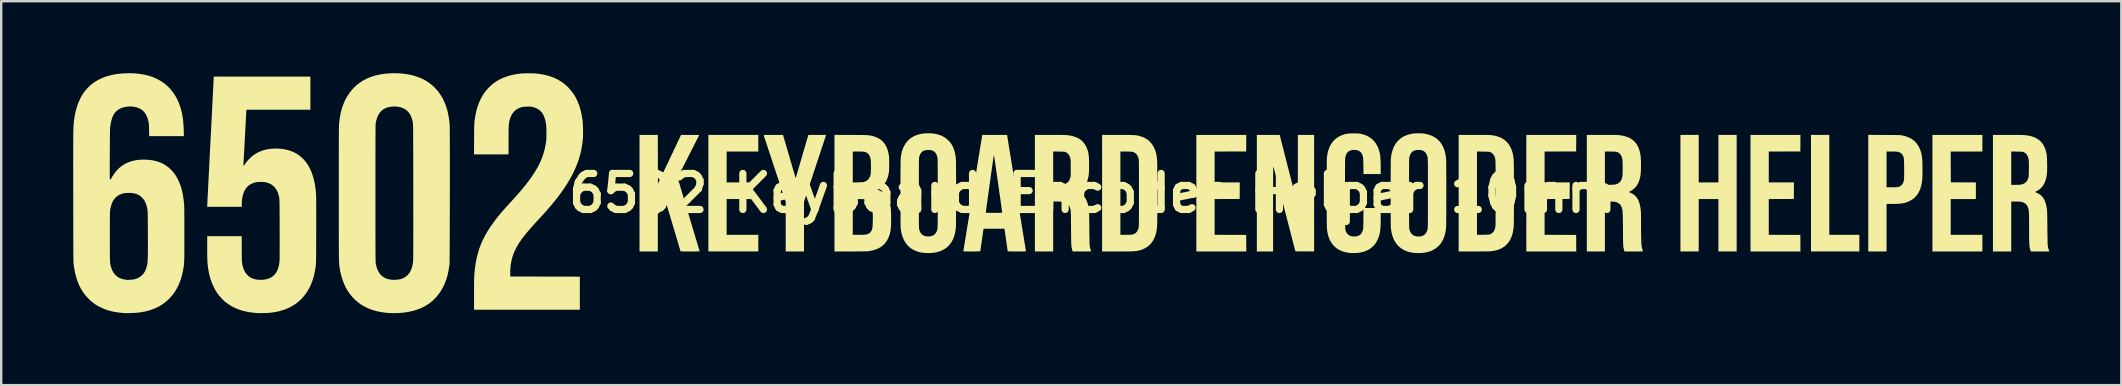
<source format=kicad_pcb>
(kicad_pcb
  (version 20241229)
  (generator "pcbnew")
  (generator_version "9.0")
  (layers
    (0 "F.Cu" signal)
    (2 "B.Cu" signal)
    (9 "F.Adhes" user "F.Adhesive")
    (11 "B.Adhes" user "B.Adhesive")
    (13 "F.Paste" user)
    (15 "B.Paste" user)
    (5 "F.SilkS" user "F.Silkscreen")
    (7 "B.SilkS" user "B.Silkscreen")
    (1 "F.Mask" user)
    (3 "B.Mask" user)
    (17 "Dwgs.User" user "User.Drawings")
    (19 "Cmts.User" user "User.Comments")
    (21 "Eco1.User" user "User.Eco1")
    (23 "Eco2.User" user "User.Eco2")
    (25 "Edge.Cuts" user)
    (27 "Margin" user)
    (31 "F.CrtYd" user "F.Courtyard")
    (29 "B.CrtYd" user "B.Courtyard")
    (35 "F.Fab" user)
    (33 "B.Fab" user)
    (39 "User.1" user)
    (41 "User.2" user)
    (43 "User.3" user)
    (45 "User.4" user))
  (footprint "6502 Keyboard Encoder Helper 10mm"
    (layer "F.Cu")
    (at 42.474 4.999)
    (property "Reference" "6502 Keyboard Encoder Helper 10mm" (at 0 0 0) (layer "F.SilkS") (effects (font (size 1.5 1.5) (thickness 0.3))))
    (attr board_only exclude_from_pos_files exclude_from_bom)
    (fp_poly (pts (xy 30.697 -0.347) (xy 30.697 1.735) (xy 31.323 1.735) (xy 31.949 1.735) (xy 31.949 2.081) (xy 31.949 2.428) (xy 30.942 2.428) (xy 29.935 2.428) (xy 29.935 0) (xy 29.935 -2.428) (xy 30.316 -2.428) (xy 30.697 -2.428)) (stroke (width 0) (type solid)) (fill yes) (layer "F.SilkS"))
    (fp_poly (pts (xy -13.927 -2.081) (xy -13.927 -1.735) (xy -14.587 -1.735) (xy -15.247 -1.735) (xy -15.247 -1.091) (xy -15.247 -0.448) (xy -14.722 -0.448) (xy -14.198 -0.448) (xy -14.198 -0.102) (xy -14.198 0.245) (xy -14.722 0.245) (xy -15.247 0.245) (xy -15.247 0.99) (xy -15.247 1.735) (xy -14.587 1.735) (xy -13.927 1.735) (xy -13.927 2.081) (xy -13.927 2.428) (xy -14.968 2.428) (xy -16.008 2.428) (xy -16.008 0) (xy -16.008 -2.428) (xy -14.968 -2.428) (xy -13.927 -2.428)) (stroke (width 0) (type solid)) (fill yes) (layer "F.SilkS"))
    (fp_poly (pts (xy 6.403 -2.084) (xy 6.401 -1.739) (xy 5.743 -1.737) (xy 5.085 -1.734) (xy 5.085 -1.091) (xy 5.085 -0.448) (xy 5.61 -0.448) (xy 6.134 -0.448) (xy 6.132 -0.104) (xy 6.13 0.241) (xy 5.608 0.243) (xy 5.085 0.245) (xy 5.085 0.99) (xy 5.085 1.734) (xy 5.743 1.737) (xy 6.401 1.739) (xy 6.403 2.084) (xy 6.405 2.428) (xy 5.364 2.428) (xy 4.324 2.428) (xy 4.324 0) (xy 4.324 -2.428) (xy 5.364 -2.428) (xy 6.405 -2.428)) (stroke (width 0) (type solid)) (fill yes) (layer "F.SilkS"))
    (fp_poly (pts (xy 20.152 -2.084) (xy 20.15 -1.739) (xy 19.492 -1.737) (xy 18.834 -1.734) (xy 18.834 -1.091) (xy 18.834 -0.448) (xy 19.359 -0.448) (xy 19.884 -0.448) (xy 19.881 -0.104) (xy 19.879 0.241) (xy 19.357 0.243) (xy 18.834 0.245) (xy 18.834 0.99) (xy 18.834 1.734) (xy 19.492 1.737) (xy 20.15 1.739) (xy 20.152 2.084) (xy 20.154 2.428) (xy 19.114 2.428) (xy 18.073 2.428) (xy 18.073 0) (xy 18.073 -2.428) (xy 19.114 -2.428) (xy 20.154 -2.428)) (stroke (width 0) (type solid)) (fill yes) (layer "F.SilkS"))
    (fp_poly (pts (xy 25.256 -1.438) (xy 25.256 -0.448) (xy 25.667 -0.448) (xy 26.077 -0.448) (xy 26.077 -1.438) (xy 26.077 -2.428) (xy 26.458 -2.428) (xy 26.838 -2.428) (xy 26.838 0) (xy 26.838 2.428) (xy 26.458 2.428) (xy 26.077 2.428) (xy 26.077 1.337) (xy 26.077 0.245) (xy 25.667 0.245) (xy 25.256 0.245) (xy 25.256 1.337) (xy 25.256 2.428) (xy 24.875 2.428) (xy 24.495 2.428) (xy 24.495 0) (xy 24.495 -2.428) (xy 24.875 -2.428) (xy 25.256 -2.428)) (stroke (width 0) (type solid)) (fill yes) (layer "F.SilkS"))
    (fp_poly (pts (xy 29.493 -2.084) (xy 29.491 -1.739) (xy 28.833 -1.737) (xy 28.175 -1.734) (xy 28.175 -1.091) (xy 28.175 -0.448) (xy 28.7 -0.448) (xy 29.225 -0.448) (xy 29.222 -0.104) (xy 29.22 0.241) (xy 28.698 0.243) (xy 28.175 0.245) (xy 28.175 0.99) (xy 28.175 1.734) (xy 28.833 1.737) (xy 29.491 1.739) (xy 29.493 2.084) (xy 29.495 2.428) (xy 28.455 2.428) (xy 27.414 2.428) (xy 27.414 0) (xy 27.414 -2.428) (xy 28.455 -2.428) (xy 29.495 -2.428)) (stroke (width 0) (type solid)) (fill yes) (layer "F.SilkS"))
    (fp_poly (pts (xy 37.076 -2.081) (xy 37.076 -1.735) (xy 36.416 -1.735) (xy 35.756 -1.735) (xy 35.758 -1.094) (xy 35.761 -0.453) (xy 36.283 -0.45) (xy 36.805 -0.448) (xy 36.805 -0.101) (xy 36.805 0.245) (xy 36.281 0.245) (xy 35.756 0.245) (xy 35.756 0.99) (xy 35.756 1.735) (xy 36.416 1.735) (xy 37.076 1.735) (xy 37.076 2.081) (xy 37.076 2.428) (xy 36.036 2.428) (xy 34.995 2.428) (xy 34.995 0) (xy 34.995 -2.428) (xy 36.036 -2.428) (xy 37.076 -2.428)) (stroke (width 0) (type solid)) (fill yes) (layer "F.SilkS"))
    (fp_poly (pts (xy -12.64 -1.543) (xy -12.606 -1.425) (xy -12.573 -1.311) (xy -12.541 -1.202) (xy -12.511 -1.1) (xy -12.483 -1.006) (xy -12.458 -0.92) (xy -12.436 -0.844) (xy -12.416 -0.779) (xy -12.401 -0.726) (xy -12.389 -0.686) (xy -12.381 -0.66) (xy -12.377 -0.649) (xy -12.377 -0.649) (xy -12.369 -0.643) (xy -12.366 -0.644) (xy -12.363 -0.653) (xy -12.356 -0.677) (xy -12.344 -0.715) (xy -12.329 -0.766) (xy -12.31 -0.829) (xy -12.288 -0.903) (xy -12.263 -0.987) (xy -12.236 -1.08) (xy -12.206 -1.181) (xy -12.175 -1.289) (xy -12.142 -1.402) (xy -12.107 -1.52) (xy -12.102 -1.539) (xy -11.842 -2.428) (xy -11.472 -2.428) (xy -11.102 -2.428) (xy -11.169 -2.227) (xy -11.179 -2.196) (xy -11.195 -2.149) (xy -11.215 -2.088) (xy -11.239 -2.015) (xy -11.267 -1.93) (xy -11.299 -1.834) (xy -11.334 -1.729) (xy -11.371 -1.615) (xy -11.411 -1.494) (xy -11.453 -1.367) (xy -11.497 -1.235) (xy -11.542 -1.099) (xy -11.588 -0.959) (xy -11.629 -0.835) (xy -12.023 0.357) (xy -12.023 1.392) (xy -12.023 2.428) (xy -12.404 2.428) (xy -12.785 2.428) (xy -12.785 1.396) (xy -12.785 0.363) (xy -13.243 -1.022) (xy -13.292 -1.17) (xy -13.339 -1.314) (xy -13.385 -1.453) (xy -13.429 -1.585) (xy -13.471 -1.711) (xy -13.51 -1.83) (xy -13.546 -1.94) (xy -13.58 -2.04) (xy -13.61 -2.131) (xy -13.636 -2.211) (xy -13.659 -2.279) (xy -13.677 -2.334) (xy -13.691 -2.376) (xy -13.7 -2.404) (xy -13.704 -2.417) (xy -13.705 -2.418) (xy -13.702 -2.42) (xy -13.693 -2.422) (xy -13.675 -2.424) (xy -13.647 -2.426) (xy -13.608 -2.427) (xy -13.557 -2.427) (xy -13.493 -2.428) (xy -13.415 -2.428) (xy -13.321 -2.428) (xy -13.303 -2.428) (xy -12.898 -2.428)) (stroke (width 0) (type solid)) (fill yes) (layer "F.SilkS"))
    (fp_poly (pts (xy 7.862 -2.177) (xy 7.933 -1.897) (xy 8 -1.633) (xy 8.063 -1.386) (xy 8.122 -1.154) (xy 8.177 -0.939) (xy 8.229 -0.739) (xy 8.276 -0.555) (xy 8.319 -0.386) (xy 8.358 -0.233) (xy 8.394 -0.095) (xy 8.426 0.028) (xy 8.454 0.136) (xy 8.478 0.229) (xy 8.499 0.307) (xy 8.515 0.371) (xy 8.529 0.42) (xy 8.538 0.455) (xy 8.545 0.476) (xy 8.547 0.482) (xy 8.548 0.474) (xy 8.549 0.45) (xy 8.549 0.41) (xy 8.55 0.356) (xy 8.551 0.289) (xy 8.551 0.209) (xy 8.552 0.117) (xy 8.552 0.014) (xy 8.553 -0.098) (xy 8.553 -0.22) (xy 8.553 -0.35) (xy 8.554 -0.487) (xy 8.554 -0.631) (xy 8.554 -0.781) (xy 8.554 -0.936) (xy 8.554 -0.973) (xy 8.554 -2.428) (xy 8.893 -2.428) (xy 9.231 -2.428) (xy 9.231 0.000084) (xy 9.231 2.428) (xy 8.84 2.426) (xy 8.45 2.424) (xy 8.067 0.939) (xy 8.025 0.78) (xy 7.985 0.621) (xy 7.945 0.466) (xy 7.905 0.314) (xy 7.867 0.167) (xy 7.831 0.025) (xy 7.796 -0.11) (xy 7.763 -0.237) (xy 7.733 -0.355) (xy 7.705 -0.463) (xy 7.68 -0.561) (xy 7.657 -0.646) (xy 7.639 -0.719) (xy 7.624 -0.778) (xy 7.612 -0.821) (xy 7.61 -0.831) (xy 7.592 -0.898) (xy 7.576 -0.959) (xy 7.561 -1.013) (xy 7.549 -1.057) (xy 7.539 -1.091) (xy 7.532 -1.111) (xy 7.529 -1.117) (xy 7.528 -1.109) (xy 7.528 -1.084) (xy 7.527 -1.044) (xy 7.526 -0.99) (xy 7.526 -0.922) (xy 7.525 -0.84) (xy 7.525 -0.747) (xy 7.524 -0.642) (xy 7.524 -0.527) (xy 7.523 -0.401) (xy 7.523 -0.267) (xy 7.523 -0.124) (xy 7.522 0.026) (xy 7.522 0.184) (xy 7.522 0.347) (xy 7.522 0.515) (xy 7.522 0.656) (xy 7.522 2.428) (xy 7.183 2.428) (xy 6.845 2.428) (xy 6.845 0) (xy 6.845 -2.428) (xy 7.321 -2.428) (xy 7.798 -2.428)) (stroke (width 0) (type solid)) (fill yes) (layer "F.SilkS"))
    (fp_poly (pts (xy 32.987 -2.426) (xy 33.112 -2.425) (xy 33.22 -2.425) (xy 33.315 -2.424) (xy 33.395 -2.423) (xy 33.464 -2.422) (xy 33.522 -2.421) (xy 33.57 -2.42) (xy 33.61 -2.419) (xy 33.642 -2.417) (xy 33.668 -2.416) (xy 33.69 -2.414) (xy 33.708 -2.411) (xy 33.723 -2.409) (xy 33.726 -2.408) (xy 33.862 -2.375) (xy 33.984 -2.332) (xy 34.094 -2.279) (xy 34.191 -2.216) (xy 34.277 -2.141) (xy 34.352 -2.055) (xy 34.416 -1.956) (xy 34.443 -1.906) (xy 34.489 -1.799) (xy 34.526 -1.682) (xy 34.553 -1.553) (xy 34.57 -1.412) (xy 34.571 -1.4) (xy 34.574 -1.36) (xy 34.576 -1.306) (xy 34.578 -1.24) (xy 34.579 -1.166) (xy 34.579 -1.086) (xy 34.58 -1.003) (xy 34.58 -0.919) (xy 34.579 -0.837) (xy 34.578 -0.761) (xy 34.576 -0.692) (xy 34.575 -0.635) (xy 34.572 -0.59) (xy 34.571 -0.58) (xy 34.552 -0.427) (xy 34.522 -0.286) (xy 34.481 -0.159) (xy 34.428 -0.043) (xy 34.364 0.06) (xy 34.288 0.15) (xy 34.201 0.229) (xy 34.102 0.296) (xy 33.992 0.352) (xy 33.949 0.369) (xy 33.886 0.39) (xy 33.822 0.408) (xy 33.754 0.422) (xy 33.68 0.433) (xy 33.598 0.44) (xy 33.505 0.445) (xy 33.399 0.448) (xy 33.326 0.448) (xy 33.083 0.448) (xy 33.083 1.438) (xy 33.083 2.428) (xy 32.702 2.428) (xy 32.321 2.428) (xy 32.321 -0.000426) (xy 32.321 -0.99) (xy 33.083 -0.99) (xy 33.083 -0.245) (xy 33.299 -0.245) (xy 33.372 -0.246) (xy 33.43 -0.246) (xy 33.476 -0.248) (xy 33.511 -0.25) (xy 33.539 -0.253) (xy 33.562 -0.257) (xy 33.568 -0.259) (xy 33.637 -0.284) (xy 33.695 -0.322) (xy 33.741 -0.371) (xy 33.776 -0.433) (xy 33.79 -0.473) (xy 33.797 -0.5) (xy 33.803 -0.531) (xy 33.808 -0.567) (xy 33.812 -0.61) (xy 33.814 -0.661) (xy 33.816 -0.721) (xy 33.817 -0.793) (xy 33.817 -0.878) (xy 33.817 -0.977) (xy 33.816 -1.045) (xy 33.815 -1.137) (xy 33.814 -1.214) (xy 33.813 -1.277) (xy 33.812 -1.328) (xy 33.81 -1.37) (xy 33.808 -1.402) (xy 33.806 -1.428) (xy 33.803 -1.449) (xy 33.8 -1.467) (xy 33.798 -1.476) (xy 33.773 -1.55) (xy 33.74 -1.609) (xy 33.698 -1.655) (xy 33.646 -1.69) (xy 33.619 -1.703) (xy 33.594 -1.713) (xy 33.568 -1.721) (xy 33.538 -1.726) (xy 33.502 -1.73) (xy 33.458 -1.733) (xy 33.403 -1.734) (xy 33.335 -1.734) (xy 33.3 -1.734) (xy 33.083 -1.735) (xy 33.083 -0.99) (xy 32.321 -0.99) (xy 32.321 -2.429)) (stroke (width 0) (type solid)) (fill yes) (layer "F.SilkS"))
    (fp_poly (pts (xy -18.113 -1.41) (xy -18.111 -0.392) (xy -17.629 -1.41) (xy -17.146 -2.428) (xy -16.767 -2.428) (xy -16.676 -2.428) (xy -16.6 -2.428) (xy -16.539 -2.428) (xy -16.491 -2.427) (xy -16.454 -2.426) (xy -16.427 -2.425) (xy -16.408 -2.423) (xy -16.397 -2.421) (xy -16.392 -2.419) (xy -16.392 -2.416) (xy -16.396 -2.407) (xy -16.408 -2.384) (xy -16.426 -2.348) (xy -16.451 -2.299) (xy -16.481 -2.239) (xy -16.517 -2.169) (xy -16.557 -2.09) (xy -16.602 -2.002) (xy -16.65 -1.907) (xy -16.702 -1.805) (xy -16.757 -1.698) (xy -16.814 -1.586) (xy -16.842 -1.53) (xy -16.9 -1.416) (xy -16.956 -1.306) (xy -17.009 -1.202) (xy -17.059 -1.103) (xy -17.105 -1.012) (xy -17.147 -0.928) (xy -17.185 -0.853) (xy -17.217 -0.788) (xy -17.244 -0.734) (xy -17.265 -0.692) (xy -17.28 -0.662) (xy -17.287 -0.646) (xy -17.288 -0.643) (xy -17.285 -0.634) (xy -17.278 -0.609) (xy -17.267 -0.57) (xy -17.251 -0.517) (xy -17.232 -0.451) (xy -17.208 -0.372) (xy -17.182 -0.282) (xy -17.152 -0.182) (xy -17.119 -0.072) (xy -17.083 0.047) (xy -17.045 0.175) (xy -17.005 0.309) (xy -16.963 0.451) (xy -16.919 0.598) (xy -16.873 0.75) (xy -16.83 0.895) (xy -16.783 1.051) (xy -16.737 1.202) (xy -16.693 1.349) (xy -16.651 1.489) (xy -16.611 1.623) (xy -16.573 1.75) (xy -16.538 1.868) (xy -16.505 1.976) (xy -16.476 2.075) (xy -16.449 2.164) (xy -16.427 2.24) (xy -16.407 2.305) (xy -16.392 2.356) (xy -16.381 2.394) (xy -16.374 2.417) (xy -16.372 2.424) (xy -16.38 2.425) (xy -16.404 2.426) (xy -16.441 2.426) (xy -16.49 2.427) (xy -16.549 2.428) (xy -16.617 2.428) (xy -16.692 2.428) (xy -16.769 2.428) (xy -16.862 2.428) (xy -16.939 2.428) (xy -17.002 2.428) (xy -17.052 2.427) (xy -17.091 2.427) (xy -17.12 2.426) (xy -17.141 2.424) (xy -17.155 2.422) (xy -17.164 2.42) (xy -17.169 2.417) (xy -17.171 2.414) (xy -17.171 2.414) (xy -17.186 2.36) (xy -17.205 2.296) (xy -17.227 2.221) (xy -17.252 2.137) (xy -17.279 2.045) (xy -17.309 1.946) (xy -17.34 1.842) (xy -17.372 1.733) (xy -17.406 1.62) (xy -17.44 1.505) (xy -17.475 1.389) (xy -17.51 1.273) (xy -17.544 1.158) (xy -17.578 1.046) (xy -17.61 0.936) (xy -17.642 0.831) (xy -17.672 0.732) (xy -17.699 0.64) (xy -17.725 0.555) (xy -17.748 0.48) (xy -17.767 0.415) (xy -17.784 0.361) (xy -17.796 0.319) (xy -17.805 0.291) (xy -17.809 0.278) (xy -17.81 0.277) (xy -17.814 0.283) (xy -17.826 0.303) (xy -17.843 0.334) (xy -17.865 0.376) (xy -17.892 0.428) (xy -17.922 0.486) (xy -17.954 0.55) (xy -17.965 0.573) (xy -18.116 0.876) (xy -18.115 1.652) (xy -18.115 2.428) (xy -18.496 2.428) (xy -18.877 2.428) (xy -18.877 0) (xy -18.877 -2.428) (xy -18.496 -2.428) (xy -18.115 -2.428)) (stroke (width 0) (type solid)) (fill yes) (layer "F.SilkS"))
    (fp_poly (pts (xy 16.018 -2.428) (xy 16.129 -2.428) (xy 16.224 -2.428) (xy 16.307 -2.427) (xy 16.378 -2.426) (xy 16.438 -2.426) (xy 16.488 -2.424) (xy 16.531 -2.423) (xy 16.566 -2.421) (xy 16.595 -2.419) (xy 16.62 -2.417) (xy 16.632 -2.416) (xy 16.772 -2.392) (xy 16.9 -2.356) (xy 17.017 -2.308) (xy 17.121 -2.249) (xy 17.214 -2.177) (xy 17.295 -2.094) (xy 17.324 -2.057) (xy 17.388 -1.961) (xy 17.441 -1.856) (xy 17.484 -1.742) (xy 17.516 -1.618) (xy 17.538 -1.482) (xy 17.548 -1.379) (xy 17.549 -1.352) (xy 17.55 -1.309) (xy 17.551 -1.251) (xy 17.552 -1.177) (xy 17.553 -1.088) (xy 17.554 -0.986) (xy 17.555 -0.869) (xy 17.555 -0.74) (xy 17.556 -0.599) (xy 17.556 -0.445) (xy 17.556 -0.28) (xy 17.556 -0.105) (xy 17.556 0) (xy 17.556 0.181) (xy 17.556 0.352) (xy 17.556 0.512) (xy 17.555 0.661) (xy 17.555 0.797) (xy 17.554 0.921) (xy 17.554 1.031) (xy 17.553 1.128) (xy 17.552 1.21) (xy 17.551 1.278) (xy 17.55 1.33) (xy 17.548 1.365) (xy 17.548 1.379) (xy 17.53 1.533) (xy 17.502 1.676) (xy 17.462 1.805) (xy 17.41 1.923) (xy 17.347 2.028) (xy 17.272 2.121) (xy 17.186 2.201) (xy 17.088 2.269) (xy 16.978 2.326) (xy 16.857 2.37) (xy 16.724 2.401) (xy 16.632 2.416) (xy 16.608 2.418) (xy 16.581 2.42) (xy 16.549 2.422) (xy 16.51 2.424) (xy 16.464 2.425) (xy 16.409 2.426) (xy 16.344 2.427) (xy 16.267 2.427) (xy 16.178 2.428) (xy 16.075 2.428) (xy 15.957 2.428) (xy 15.892 2.428) (xy 15.255 2.428) (xy 15.255 0) (xy 16.017 0) (xy 16.017 1.735) (xy 16.264 1.733) (xy 16.339 1.731) (xy 16.399 1.73) (xy 16.446 1.729) (xy 16.482 1.727) (xy 16.51 1.724) (xy 16.531 1.721) (xy 16.548 1.717) (xy 16.555 1.715) (xy 16.605 1.692) (xy 16.654 1.658) (xy 16.697 1.618) (xy 16.715 1.596) (xy 16.742 1.546) (xy 16.765 1.482) (xy 16.781 1.408) (xy 16.787 1.366) (xy 16.788 1.347) (xy 16.789 1.312) (xy 16.79 1.26) (xy 16.791 1.194) (xy 16.792 1.113) (xy 16.792 1.017) (xy 16.793 0.908) (xy 16.794 0.786) (xy 16.794 0.652) (xy 16.794 0.506) (xy 16.795 0.348) (xy 16.795 0.18) (xy 16.795 0.002) (xy 16.795 0) (xy 16.795 -0.178) (xy 16.795 -0.347) (xy 16.794 -0.504) (xy 16.794 -0.651) (xy 16.794 -0.785) (xy 16.793 -0.907) (xy 16.792 -1.016) (xy 16.792 -1.112) (xy 16.791 -1.193) (xy 16.79 -1.26) (xy 16.789 -1.311) (xy 16.788 -1.347) (xy 16.787 -1.366) (xy 16.787 -1.366) (xy 16.773 -1.451) (xy 16.752 -1.523) (xy 16.722 -1.582) (xy 16.684 -1.632) (xy 16.643 -1.667) (xy 16.62 -1.684) (xy 16.599 -1.697) (xy 16.577 -1.708) (xy 16.552 -1.716) (xy 16.522 -1.722) (xy 16.485 -1.726) (xy 16.439 -1.729) (xy 16.381 -1.731) (xy 16.309 -1.732) (xy 16.264 -1.733) (xy 16.017 -1.735) (xy 16.017 0) (xy 15.255 0) (xy 15.255 -2.428) (xy 15.892 -2.428)) (stroke (width 0) (type solid)) (fill yes) (layer "F.SilkS"))
    (fp_poly (pts (xy 1.166 -2.428) (xy 1.281 -2.428) (xy 1.382 -2.428) (xy 1.471 -2.427) (xy 1.547 -2.426) (xy 1.613 -2.424) (xy 1.671 -2.422) (xy 1.72 -2.42) (xy 1.763 -2.416) (xy 1.802 -2.413) (xy 1.836 -2.408) (xy 1.868 -2.402) (xy 1.899 -2.396) (xy 1.93 -2.389) (xy 1.958 -2.382) (xy 2.082 -2.342) (xy 2.194 -2.29) (xy 2.295 -2.226) (xy 2.384 -2.15) (xy 2.462 -2.061) (xy 2.529 -1.959) (xy 2.553 -1.915) (xy 2.596 -1.82) (xy 2.631 -1.721) (xy 2.658 -1.614) (xy 2.677 -1.498) (xy 2.689 -1.37) (xy 2.69 -1.35) (xy 2.691 -1.321) (xy 2.693 -1.276) (xy 2.694 -1.216) (xy 2.695 -1.141) (xy 2.695 -1.053) (xy 2.696 -0.952) (xy 2.697 -0.838) (xy 2.698 -0.713) (xy 2.698 -0.578) (xy 2.698 -0.433) (xy 2.699 -0.279) (xy 2.699 -0.117) (xy 2.699 0) (xy 2.699 0.167) (xy 2.699 0.327) (xy 2.698 0.478) (xy 2.698 0.62) (xy 2.697 0.752) (xy 2.697 0.874) (xy 2.696 0.984) (xy 2.695 1.081) (xy 2.694 1.165) (xy 2.693 1.236) (xy 2.692 1.291) (xy 2.691 1.331) (xy 2.69 1.35) (xy 2.679 1.48) (xy 2.661 1.598) (xy 2.635 1.705) (xy 2.602 1.805) (xy 2.56 1.901) (xy 2.553 1.915) (xy 2.49 2.022) (xy 2.416 2.116) (xy 2.331 2.197) (xy 2.234 2.266) (xy 2.126 2.323) (xy 2.006 2.369) (xy 1.908 2.395) (xy 1.88 2.401) (xy 1.851 2.406) (xy 1.821 2.411) (xy 1.789 2.414) (xy 1.752 2.418) (xy 1.71 2.421) (xy 1.661 2.423) (xy 1.605 2.425) (xy 1.539 2.426) (xy 1.463 2.427) (xy 1.375 2.428) (xy 1.275 2.428) (xy 1.159 2.428) (xy 1.035 2.428) (xy 0.398 2.428) (xy 0.398 0) (xy 1.159 0) (xy 1.159 1.735) (xy 1.39 1.734) (xy 1.468 1.734) (xy 1.53 1.733) (xy 1.58 1.732) (xy 1.618 1.729) (xy 1.646 1.726) (xy 1.665 1.722) (xy 1.735 1.697) (xy 1.794 1.66) (xy 1.842 1.611) (xy 1.88 1.55) (xy 1.909 1.475) (xy 1.919 1.436) (xy 1.921 1.427) (xy 1.923 1.417) (xy 1.924 1.404) (xy 1.925 1.387) (xy 1.927 1.367) (xy 1.928 1.341) (xy 1.929 1.311) (xy 1.93 1.273) (xy 1.93 1.228) (xy 1.931 1.176) (xy 1.932 1.114) (xy 1.932 1.043) (xy 1.932 0.962) (xy 1.933 0.869) (xy 1.933 0.764) (xy 1.933 0.646) (xy 1.933 0.515) (xy 1.933 0.37) (xy 1.933 0.209) (xy 1.933 0.032) (xy 1.933 0) (xy 1.933 -0.18) (xy 1.933 -0.343) (xy 1.933 -0.491) (xy 1.933 -0.625) (xy 1.933 -0.745) (xy 1.933 -0.852) (xy 1.932 -0.947) (xy 1.932 -1.03) (xy 1.932 -1.103) (xy 1.931 -1.166) (xy 1.931 -1.22) (xy 1.93 -1.266) (xy 1.929 -1.305) (xy 1.928 -1.337) (xy 1.927 -1.363) (xy 1.926 -1.384) (xy 1.924 -1.401) (xy 1.923 -1.415) (xy 1.921 -1.426) (xy 1.919 -1.435) (xy 1.919 -1.436) (xy 1.894 -1.518) (xy 1.86 -1.585) (xy 1.817 -1.64) (xy 1.763 -1.682) (xy 1.698 -1.712) (xy 1.665 -1.722) (xy 1.645 -1.726) (xy 1.617 -1.729) (xy 1.578 -1.732) (xy 1.528 -1.733) (xy 1.465 -1.734) (xy 1.39 -1.734) (xy 1.159 -1.735) (xy 1.159 0) (xy 0.398 0) (xy 0.398 -2.428) (xy 1.035 -2.428)) (stroke (width 0) (type solid)) (fill yes) (layer "F.SilkS"))
    (fp_poly (pts (xy 38.27 -2.428) (xy 38.38 -2.428) (xy 38.475 -2.428) (xy 38.557 -2.427) (xy 38.628 -2.426) (xy 38.688 -2.425) (xy 38.738 -2.424) (xy 38.781 -2.423) (xy 38.817 -2.421) (xy 38.847 -2.419) (xy 38.873 -2.417) (xy 38.883 -2.415) (xy 39.024 -2.393) (xy 39.151 -2.361) (xy 39.266 -2.318) (xy 39.368 -2.264) (xy 39.458 -2.199) (xy 39.536 -2.122) (xy 39.603 -2.034) (xy 39.659 -1.932) (xy 39.705 -1.818) (xy 39.74 -1.691) (xy 39.755 -1.616) (xy 39.759 -1.583) (xy 39.763 -1.536) (xy 39.766 -1.477) (xy 39.769 -1.409) (xy 39.771 -1.335) (xy 39.773 -1.256) (xy 39.774 -1.176) (xy 39.775 -1.097) (xy 39.774 -1.022) (xy 39.773 -0.953) (xy 39.772 -0.893) (xy 39.769 -0.845) (xy 39.768 -0.826) (xy 39.748 -0.687) (xy 39.717 -0.561) (xy 39.675 -0.447) (xy 39.622 -0.346) (xy 39.558 -0.257) (xy 39.484 -0.181) (xy 39.399 -0.118) (xy 39.317 -0.075) (xy 39.295 -0.063) (xy 39.281 -0.053) (xy 39.278 -0.049) (xy 39.287 -0.042) (xy 39.307 -0.032) (xy 39.335 -0.019) (xy 39.342 -0.017) (xy 39.425 0.024) (xy 39.498 0.073) (xy 39.562 0.134) (xy 39.617 0.206) (xy 39.664 0.29) (xy 39.703 0.387) (xy 39.734 0.498) (xy 39.758 0.624) (xy 39.764 0.658) (xy 39.766 0.679) (xy 39.769 0.702) (xy 39.771 0.73) (xy 39.773 0.763) (xy 39.774 0.802) (xy 39.776 0.849) (xy 39.777 0.905) (xy 39.779 0.971) (xy 39.78 1.049) (xy 39.781 1.139) (xy 39.782 1.242) (xy 39.783 1.361) (xy 39.784 1.443) (xy 39.785 1.587) (xy 39.787 1.717) (xy 39.789 1.833) (xy 39.79 1.933) (xy 39.792 2.018) (xy 39.794 2.087) (xy 39.796 2.141) (xy 39.798 2.178) (xy 39.8 2.196) (xy 39.808 2.235) (xy 39.819 2.282) (xy 39.832 2.329) (xy 39.837 2.346) (xy 39.865 2.428) (xy 39.479 2.428) (xy 39.093 2.428) (xy 39.075 2.371) (xy 39.066 2.341) (xy 39.058 2.31) (xy 39.051 2.278) (xy 39.045 2.244) (xy 39.04 2.205) (xy 39.036 2.162) (xy 39.032 2.113) (xy 39.029 2.056) (xy 39.027 1.99) (xy 39.025 1.914) (xy 39.024 1.826) (xy 39.023 1.727) (xy 39.023 1.613) (xy 39.022 1.484) (xy 39.022 1.417) (xy 39.022 1.293) (xy 39.022 1.184) (xy 39.021 1.09) (xy 39.02 1.008) (xy 39.019 0.939) (xy 39.018 0.879) (xy 39.015 0.829) (xy 39.013 0.786) (xy 39.01 0.749) (xy 39.006 0.718) (xy 39.001 0.69) (xy 38.996 0.665) (xy 38.992 0.647) (xy 38.965 0.567) (xy 38.927 0.5) (xy 38.878 0.445) (xy 38.817 0.403) (xy 38.745 0.373) (xy 38.687 0.359) (xy 38.647 0.354) (xy 38.592 0.35) (xy 38.524 0.348) (xy 38.449 0.347) (xy 38.278 0.347) (xy 38.278 1.388) (xy 38.278 2.428) (xy 37.897 2.428) (xy 37.516 2.428) (xy 37.516 0) (xy 37.516 -1.041) (xy 38.278 -1.041) (xy 38.278 -0.347) (xy 38.445 -0.347) (xy 38.501 -0.348) (xy 38.555 -0.349) (xy 38.604 -0.351) (xy 38.643 -0.353) (xy 38.669 -0.355) (xy 38.751 -0.375) (xy 38.823 -0.407) (xy 38.884 -0.452) (xy 38.934 -0.51) (xy 38.973 -0.581) (xy 38.993 -0.639) (xy 38.998 -0.664) (xy 39.002 -0.703) (xy 39.006 -0.755) (xy 39.008 -0.816) (xy 39.011 -0.884) (xy 39.012 -0.958) (xy 39.013 -1.033) (xy 39.014 -1.109) (xy 39.013 -1.182) (xy 39.012 -1.25) (xy 39.01 -1.311) (xy 39.007 -1.362) (xy 39.003 -1.401) (xy 39.002 -1.412) (xy 38.981 -1.497) (xy 38.95 -1.57) (xy 38.908 -1.63) (xy 38.857 -1.677) (xy 38.796 -1.711) (xy 38.796 -1.711) (xy 38.78 -1.716) (xy 38.765 -1.721) (xy 38.748 -1.724) (xy 38.726 -1.727) (xy 38.698 -1.729) (xy 38.66 -1.73) (xy 38.612 -1.731) (xy 38.55 -1.732) (xy 38.512 -1.733) (xy 38.278 -1.736) (xy 38.278 -1.041) (xy 37.516 -1.041) (xy 37.516 -2.428) (xy 38.144 -2.428)) (stroke (width 0) (type solid)) (fill yes) (layer "F.SilkS"))
    (fp_poly (pts (xy 21.335 -2.428) (xy 21.446 -2.428) (xy 21.55 -2.427) (xy 21.643 -2.426) (xy 21.726 -2.425) (xy 21.796 -2.424) (xy 21.853 -2.423) (xy 21.895 -2.421) (xy 21.922 -2.42) (xy 21.924 -2.419) (xy 22.068 -2.399) (xy 22.199 -2.368) (xy 22.317 -2.327) (xy 22.423 -2.274) (xy 22.516 -2.21) (xy 22.597 -2.134) (xy 22.667 -2.047) (xy 22.725 -1.947) (xy 22.771 -1.835) (xy 22.807 -1.711) (xy 22.833 -1.573) (xy 22.836 -1.548) (xy 22.841 -1.501) (xy 22.844 -1.441) (xy 22.847 -1.37) (xy 22.85 -1.292) (xy 22.851 -1.211) (xy 22.851 -1.129) (xy 22.85 -1.05) (xy 22.848 -0.978) (xy 22.846 -0.92) (xy 22.835 -0.791) (xy 22.818 -0.676) (xy 22.793 -0.573) (xy 22.762 -0.479) (xy 22.722 -0.393) (xy 22.708 -0.366) (xy 22.662 -0.298) (xy 22.606 -0.232) (xy 22.541 -0.172) (xy 22.472 -0.12) (xy 22.404 -0.081) (xy 22.393 -0.076) (xy 22.366 -0.062) (xy 22.356 -0.051) (xy 22.361 -0.041) (xy 22.377 -0.033) (xy 22.466 0.008) (xy 22.543 0.054) (xy 22.61 0.109) (xy 22.667 0.173) (xy 22.716 0.247) (xy 22.756 0.332) (xy 22.789 0.43) (xy 22.816 0.541) (xy 22.836 0.667) (xy 22.84 0.696) (xy 22.843 0.723) (xy 22.846 0.754) (xy 22.848 0.791) (xy 22.849 0.834) (xy 22.851 0.886) (xy 22.852 0.947) (xy 22.853 1.02) (xy 22.853 1.105) (xy 22.853 1.205) (xy 22.853 1.292) (xy 22.854 1.459) (xy 22.855 1.609) (xy 22.856 1.743) (xy 22.859 1.862) (xy 22.862 1.965) (xy 22.865 2.052) (xy 22.869 2.125) (xy 22.874 2.183) (xy 22.88 2.227) (xy 22.883 2.244) (xy 22.903 2.326) (xy 22.93 2.405) (xy 22.934 2.414) (xy 22.934 2.417) (xy 22.932 2.42) (xy 22.926 2.422) (xy 22.914 2.424) (xy 22.895 2.426) (xy 22.868 2.427) (xy 22.831 2.427) (xy 22.783 2.428) (xy 22.722 2.428) (xy 22.647 2.428) (xy 22.557 2.428) (xy 22.551 2.428) (xy 22.163 2.428) (xy 22.152 2.388) (xy 22.144 2.361) (xy 22.137 2.336) (xy 22.131 2.314) (xy 22.126 2.292) (xy 22.121 2.27) (xy 22.117 2.246) (xy 22.114 2.219) (xy 22.112 2.187) (xy 22.11 2.15) (xy 22.108 2.106) (xy 22.106 2.053) (xy 22.105 1.992) (xy 22.104 1.919) (xy 22.103 1.835) (xy 22.102 1.737) (xy 22.101 1.625) (xy 22.1 1.506) (xy 22.099 1.374) (xy 22.098 1.257) (xy 22.096 1.155) (xy 22.095 1.067) (xy 22.094 0.99) (xy 22.092 0.924) (xy 22.09 0.868) (xy 22.088 0.821) (xy 22.086 0.781) (xy 22.083 0.747) (xy 22.079 0.718) (xy 22.075 0.693) (xy 22.07 0.67) (xy 22.065 0.648) (xy 22.059 0.627) (xy 22.053 0.609) (xy 22.026 0.54) (xy 21.99 0.483) (xy 21.944 0.438) (xy 21.887 0.401) (xy 21.815 0.371) (xy 21.804 0.368) (xy 21.785 0.363) (xy 21.762 0.359) (xy 21.733 0.356) (xy 21.694 0.353) (xy 21.645 0.351) (xy 21.581 0.35) (xy 21.552 0.349) (xy 21.347 0.345) (xy 21.347 1.387) (xy 21.347 2.428) (xy 20.971 2.428) (xy 20.594 2.428) (xy 20.594 0) (xy 20.594 -1.04) (xy 21.347 -1.04) (xy 21.347 -0.345) (xy 21.552 -0.349) (xy 21.619 -0.35) (xy 21.671 -0.352) (xy 21.711 -0.354) (xy 21.743 -0.356) (xy 21.768 -0.36) (xy 21.789 -0.364) (xy 21.809 -0.369) (xy 21.814 -0.371) (xy 21.887 -0.402) (xy 21.948 -0.443) (xy 21.997 -0.495) (xy 22.035 -0.56) (xy 22.064 -0.638) (xy 22.072 -0.669) (xy 22.077 -0.698) (xy 22.08 -0.742) (xy 22.083 -0.797) (xy 22.086 -0.861) (xy 22.087 -0.932) (xy 22.088 -1.007) (xy 22.088 -1.084) (xy 22.087 -1.16) (xy 22.086 -1.231) (xy 22.084 -1.297) (xy 22.081 -1.354) (xy 22.077 -1.4) (xy 22.073 -1.432) (xy 22.072 -1.433) (xy 22.049 -1.514) (xy 22.017 -1.582) (xy 21.976 -1.638) (xy 21.928 -1.679) (xy 21.906 -1.692) (xy 21.88 -1.704) (xy 21.853 -1.714) (xy 21.824 -1.722) (xy 21.791 -1.727) (xy 21.75 -1.731) (xy 21.699 -1.733) (xy 21.636 -1.734) (xy 21.561 -1.735) (xy 21.347 -1.735) (xy 21.347 -1.04) (xy 20.594 -1.04) (xy 20.594 -2.428) (xy 21.215 -2.428)) (stroke (width 0) (type solid)) (fill yes) (layer "F.SilkS"))
    (fp_poly (pts (xy -10.067 -2.426) (xy -9.938 -2.426) (xy -9.824 -2.425) (xy -9.726 -2.424) (xy -9.64 -2.424) (xy -9.566 -2.423) (xy -9.502 -2.421) (xy -9.447 -2.42) (xy -9.401 -2.418) (xy -9.361 -2.415) (xy -9.326 -2.412) (xy -9.295 -2.408) (xy -9.267 -2.404) (xy -9.241 -2.399) (xy -9.214 -2.393) (xy -9.186 -2.386) (xy -9.156 -2.378) (xy -9.151 -2.377) (xy -9.032 -2.338) (xy -8.925 -2.289) (xy -8.83 -2.229) (xy -8.747 -2.158) (xy -8.675 -2.075) (xy -8.614 -1.979) (xy -8.564 -1.871) (xy -8.524 -1.75) (xy -8.495 -1.616) (xy -8.489 -1.582) (xy -8.485 -1.55) (xy -8.481 -1.517) (xy -8.478 -1.48) (xy -8.477 -1.437) (xy -8.475 -1.385) (xy -8.475 -1.322) (xy -8.474 -1.245) (xy -8.475 -1.21) (xy -8.475 -1.132) (xy -8.475 -1.068) (xy -8.476 -1.015) (xy -8.478 -0.973) (xy -8.48 -0.937) (xy -8.482 -0.905) (xy -8.486 -0.875) (xy -8.491 -0.844) (xy -8.494 -0.825) (xy -8.523 -0.696) (xy -8.561 -0.581) (xy -8.61 -0.479) (xy -8.669 -0.389) (xy -8.739 -0.312) (xy -8.82 -0.247) (xy -8.893 -0.203) (xy -8.923 -0.187) (xy -8.945 -0.172) (xy -8.957 -0.162) (xy -8.958 -0.159) (xy -8.949 -0.151) (xy -8.929 -0.14) (xy -8.901 -0.126) (xy -8.896 -0.123) (xy -8.795 -0.071) (xy -8.706 -0.006) (xy -8.628 0.07) (xy -8.562 0.159) (xy -8.506 0.261) (xy -8.462 0.376) (xy -8.458 0.387) (xy -8.442 0.442) (xy -8.429 0.499) (xy -8.418 0.56) (xy -8.409 0.626) (xy -8.403 0.7) (xy -8.398 0.783) (xy -8.395 0.878) (xy -8.394 0.986) (xy -8.393 1.055) (xy -8.394 1.17) (xy -8.396 1.271) (xy -8.399 1.359) (xy -8.404 1.435) (xy -8.41 1.502) (xy -8.418 1.563) (xy -8.428 1.615) (xy -8.462 1.748) (xy -8.509 1.869) (xy -8.568 1.979) (xy -8.639 2.077) (xy -8.722 2.163) (xy -8.817 2.237) (xy -8.924 2.299) (xy -9.043 2.35) (xy -9.174 2.388) (xy -9.316 2.414) (xy -9.36 2.419) (xy -9.385 2.421) (xy -9.426 2.423) (xy -9.483 2.424) (xy -9.554 2.425) (xy -9.639 2.426) (xy -9.737 2.427) (xy -9.846 2.428) (xy -9.967 2.428) (xy -10.098 2.428) (xy -10.754 2.428) (xy -10.754 0.99) (xy -9.992 0.99) (xy -9.992 1.735) (xy -9.732 1.735) (xy -9.657 1.734) (xy -9.597 1.734) (xy -9.549 1.733) (xy -9.512 1.732) (xy -9.482 1.73) (xy -9.459 1.728) (xy -9.439 1.724) (xy -9.42 1.72) (xy -9.41 1.717) (xy -9.343 1.693) (xy -9.287 1.659) (xy -9.243 1.614) (xy -9.209 1.557) (xy -9.183 1.486) (xy -9.175 1.455) (xy -9.171 1.43) (xy -9.167 1.389) (xy -9.164 1.337) (xy -9.161 1.275) (xy -9.159 1.206) (xy -9.157 1.133) (xy -9.156 1.057) (xy -9.156 0.982) (xy -9.156 0.909) (xy -9.157 0.842) (xy -9.159 0.782) (xy -9.161 0.732) (xy -9.162 0.719) (xy -9.174 0.617) (xy -9.193 0.53) (xy -9.219 0.457) (xy -9.253 0.396) (xy -9.297 0.347) (xy -9.35 0.308) (xy -9.414 0.279) (xy -9.482 0.259) (xy -9.506 0.255) (xy -9.534 0.251) (xy -9.569 0.249) (xy -9.614 0.247) (xy -9.669 0.246) (xy -9.738 0.245) (xy -9.768 0.245) (xy -9.992 0.245) (xy -9.992 0.99) (xy -10.754 0.99) (xy -10.754 -0.000414) (xy -10.754 -1.09) (xy -9.992 -1.09) (xy -9.992 -0.446) (xy -9.787 -0.451) (xy -9.727 -0.453) (xy -9.671 -0.455) (xy -9.62 -0.458) (xy -9.579 -0.461) (xy -9.55 -0.464) (xy -9.54 -0.466) (xy -9.462 -0.491) (xy -9.396 -0.53) (xy -9.341 -0.581) (xy -9.297 -0.645) (xy -9.264 -0.722) (xy -9.25 -0.771) (xy -9.245 -0.803) (xy -9.241 -0.848) (xy -9.238 -0.904) (xy -9.236 -0.969) (xy -9.235 -1.039) (xy -9.235 -1.112) (xy -9.235 -1.184) (xy -9.236 -1.254) (xy -9.239 -1.317) (xy -9.242 -1.371) (xy -9.246 -1.414) (xy -9.25 -1.438) (xy -9.275 -1.52) (xy -9.307 -1.588) (xy -9.348 -1.641) (xy -9.398 -1.681) (xy -9.409 -1.687) (xy -9.435 -1.701) (xy -9.459 -1.711) (xy -9.485 -1.719) (xy -9.514 -1.725) (xy -9.548 -1.729) (xy -9.591 -1.732) (xy -9.645 -1.734) (xy -9.712 -1.734) (xy -9.766 -1.734) (xy -9.992 -1.735) (xy -9.992 -1.09) (xy -10.754 -1.09) (xy -10.754 -2.429)) (stroke (width 0) (type solid)) (fill yes) (layer "F.SilkS"))
    (fp_poly (pts (xy 10.961 -2.491) (xy 11.032 -2.489) (xy 11.093 -2.484) (xy 11.148 -2.477) (xy 11.2 -2.468) (xy 11.252 -2.455) (xy 11.291 -2.444) (xy 11.413 -2.399) (xy 11.524 -2.341) (xy 11.624 -2.27) (xy 11.712 -2.187) (xy 11.79 -2.092) (xy 11.855 -1.984) (xy 11.909 -1.865) (xy 11.951 -1.734) (xy 11.976 -1.624) (xy 11.985 -1.565) (xy 11.992 -1.491) (xy 11.998 -1.402) (xy 12.002 -1.299) (xy 12.005 -1.185) (xy 12.006 -1.06) (xy 12.006 -1.034) (xy 12.006 -0.795) (xy 11.648 -0.795) (xy 11.289 -0.795) (xy 11.284 -1.127) (xy 11.283 -1.22) (xy 11.282 -1.297) (xy 11.28 -1.362) (xy 11.277 -1.415) (xy 11.274 -1.458) (xy 11.27 -1.494) (xy 11.265 -1.525) (xy 11.258 -1.551) (xy 11.251 -1.576) (xy 11.241 -1.6) (xy 11.237 -1.611) (xy 11.201 -1.674) (xy 11.155 -1.725) (xy 11.097 -1.763) (xy 11.028 -1.788) (xy 10.947 -1.801) (xy 10.904 -1.803) (xy 10.818 -1.798) (xy 10.744 -1.78) (xy 10.68 -1.749) (xy 10.627 -1.706) (xy 10.585 -1.65) (xy 10.554 -1.58) (xy 10.532 -1.498) (xy 10.526 -1.455) (xy 10.525 -1.435) (xy 10.523 -1.4) (xy 10.522 -1.35) (xy 10.521 -1.287) (xy 10.52 -1.212) (xy 10.52 -1.126) (xy 10.519 -1.029) (xy 10.519 -0.924) (xy 10.518 -0.811) (xy 10.518 -0.69) (xy 10.518 -0.564) (xy 10.518 -0.433) (xy 10.518 -0.299) (xy 10.518 -0.162) (xy 10.518 -0.023) (xy 10.518 0.116) (xy 10.519 0.254) (xy 10.519 0.391) (xy 10.52 0.525) (xy 10.521 0.655) (xy 10.521 0.78) (xy 10.522 0.9) (xy 10.523 1.012) (xy 10.524 1.116) (xy 10.525 1.211) (xy 10.526 1.295) (xy 10.528 1.368) (xy 10.529 1.429) (xy 10.53 1.476) (xy 10.531 1.509) (xy 10.533 1.526) (xy 10.533 1.527) (xy 10.561 1.606) (xy 10.599 1.672) (xy 10.647 1.725) (xy 10.706 1.765) (xy 10.776 1.791) (xy 10.784 1.793) (xy 10.827 1.8) (xy 10.88 1.803) (xy 10.937 1.802) (xy 10.989 1.797) (xy 11.03 1.789) (xy 11.096 1.764) (xy 11.15 1.73) (xy 11.194 1.685) (xy 11.229 1.627) (xy 11.257 1.556) (xy 11.263 1.533) (xy 11.267 1.517) (xy 11.271 1.502) (xy 11.274 1.484) (xy 11.276 1.463) (xy 11.278 1.437) (xy 11.28 1.404) (xy 11.281 1.363) (xy 11.282 1.313) (xy 11.283 1.25) (xy 11.284 1.175) (xy 11.285 1.085) (xy 11.285 1.043) (xy 11.289 0.618) (xy 11.647 0.618) (xy 12.006 0.618) (xy 12.006 0.946) (xy 12.006 1.074) (xy 12.005 1.186) (xy 12.002 1.286) (xy 11.999 1.373) (xy 11.995 1.45) (xy 11.989 1.518) (xy 11.982 1.579) (xy 11.973 1.635) (xy 11.963 1.687) (xy 11.951 1.737) (xy 11.943 1.764) (xy 11.898 1.893) (xy 11.841 2.01) (xy 11.773 2.115) (xy 11.694 2.207) (xy 11.603 2.287) (xy 11.501 2.354) (xy 11.387 2.408) (xy 11.262 2.45) (xy 11.126 2.479) (xy 11.101 2.483) (xy 11.063 2.487) (xy 11.013 2.49) (xy 10.955 2.493) (xy 10.894 2.494) (xy 10.834 2.495) (xy 10.779 2.494) (xy 10.734 2.493) (xy 10.707 2.49) (xy 10.567 2.467) (xy 10.439 2.433) (xy 10.323 2.388) (xy 10.218 2.33) (xy 10.124 2.261) (xy 10.039 2.179) (xy 9.966 2.087) (xy 9.902 1.984) (xy 9.851 1.87) (xy 9.811 1.745) (xy 9.782 1.609) (xy 9.764 1.468) (xy 9.763 1.446) (xy 9.762 1.408) (xy 9.761 1.356) (xy 9.76 1.289) (xy 9.759 1.211) (xy 9.759 1.121) (xy 9.758 1.022) (xy 9.757 0.913) (xy 9.757 0.796) (xy 9.757 0.673) (xy 9.756 0.543) (xy 9.756 0.41) (xy 9.756 0.273) (xy 9.756 0.134) (xy 9.756 -0.006) (xy 9.756 -0.146) (xy 9.756 -0.285) (xy 9.756 -0.422) (xy 9.756 -0.555) (xy 9.757 -0.684) (xy 9.757 -0.807) (xy 9.758 -0.923) (xy 9.758 -1.031) (xy 9.759 -1.13) (xy 9.76 -1.218) (xy 9.76 -1.296) (xy 9.761 -1.361) (xy 9.762 -1.412) (xy 9.763 -1.449) (xy 9.764 -1.468) (xy 9.784 -1.619) (xy 9.815 -1.759) (xy 9.859 -1.887) (xy 9.914 -2.004) (xy 9.981 -2.109) (xy 10.06 -2.202) (xy 10.15 -2.283) (xy 10.252 -2.351) (xy 10.365 -2.407) (xy 10.434 -2.433) (xy 10.495 -2.452) (xy 10.554 -2.467) (xy 10.614 -2.478) (xy 10.68 -2.485) (xy 10.754 -2.49) (xy 10.84 -2.491) (xy 10.877 -2.492)) (stroke (width 0) (type solid)) (fill yes) (layer "F.SilkS"))
    (fp_poly (pts (xy -1.654 -2.428) (xy -1.54 -2.428) (xy -1.436 -2.427) (xy -1.342 -2.426) (xy -1.26 -2.425) (xy -1.191 -2.424) (xy -1.135 -2.423) (xy -1.094 -2.421) (xy -1.068 -2.419) (xy -1.068 -2.419) (xy -0.925 -2.399) (xy -0.795 -2.368) (xy -0.678 -2.327) (xy -0.575 -2.277) (xy -0.483 -2.215) (xy -0.403 -2.142) (xy -0.334 -2.058) (xy -0.276 -1.963) (xy -0.229 -1.855) (xy -0.208 -1.794) (xy -0.193 -1.745) (xy -0.181 -1.7) (xy -0.172 -1.654) (xy -0.164 -1.606) (xy -0.158 -1.554) (xy -0.154 -1.494) (xy -0.15 -1.425) (xy -0.148 -1.343) (xy -0.146 -1.251) (xy -0.145 -1.132) (xy -0.146 -1.027) (xy -0.148 -0.936) (xy -0.152 -0.857) (xy -0.158 -0.787) (xy -0.165 -0.725) (xy -0.175 -0.669) (xy -0.178 -0.658) (xy -0.211 -0.534) (xy -0.256 -0.423) (xy -0.311 -0.325) (xy -0.377 -0.24) (xy -0.454 -0.167) (xy -0.543 -0.107) (xy -0.573 -0.091) (xy -0.604 -0.074) (xy -0.627 -0.061) (xy -0.641 -0.051) (xy -0.643 -0.048) (xy -0.636 -0.04) (xy -0.628 -0.037) (xy -0.538 0.000263) (xy -0.459 0.046) (xy -0.39 0.102) (xy -0.33 0.169) (xy -0.279 0.248) (xy -0.236 0.339) (xy -0.201 0.444) (xy -0.173 0.562) (xy -0.156 0.664) (xy -0.153 0.685) (xy -0.151 0.71) (xy -0.149 0.74) (xy -0.147 0.777) (xy -0.145 0.822) (xy -0.143 0.876) (xy -0.142 0.939) (xy -0.141 1.014) (xy -0.139 1.102) (xy -0.138 1.203) (xy -0.137 1.318) (xy -0.135 1.449) (xy -0.135 1.455) (xy -0.134 1.564) (xy -0.133 1.668) (xy -0.131 1.767) (xy -0.13 1.859) (xy -0.128 1.943) (xy -0.127 2.018) (xy -0.125 2.082) (xy -0.123 2.133) (xy -0.122 2.171) (xy -0.12 2.194) (xy -0.12 2.2) (xy -0.107 2.265) (xy -0.094 2.318) (xy -0.079 2.364) (xy -0.076 2.371) (xy -0.067 2.397) (xy -0.061 2.416) (xy -0.059 2.422) (xy -0.067 2.423) (xy -0.091 2.424) (xy -0.128 2.426) (xy -0.177 2.427) (xy -0.236 2.427) (xy -0.303 2.428) (xy -0.378 2.428) (xy -0.444 2.428) (xy -0.828 2.428) (xy -0.846 2.369) (xy -0.854 2.343) (xy -0.861 2.319) (xy -0.866 2.296) (xy -0.872 2.273) (xy -0.876 2.248) (xy -0.88 2.22) (xy -0.883 2.187) (xy -0.885 2.15) (xy -0.888 2.106) (xy -0.889 2.054) (xy -0.891 1.993) (xy -0.892 1.921) (xy -0.893 1.838) (xy -0.894 1.742) (xy -0.895 1.633) (xy -0.897 1.507) (xy -0.897 1.464) (xy -0.898 1.337) (xy -0.899 1.227) (xy -0.9 1.131) (xy -0.901 1.048) (xy -0.902 0.978) (xy -0.903 0.918) (xy -0.904 0.868) (xy -0.905 0.827) (xy -0.907 0.793) (xy -0.908 0.765) (xy -0.91 0.743) (xy -0.912 0.724) (xy -0.915 0.708) (xy -0.917 0.693) (xy -0.92 0.68) (xy -0.944 0.597) (xy -0.974 0.528) (xy -1.014 0.473) (xy -1.063 0.428) (xy -1.124 0.393) (xy -1.197 0.366) (xy -1.197 0.366) (xy -1.221 0.361) (xy -1.256 0.357) (xy -1.304 0.354) (xy -1.366 0.351) (xy -1.44 0.349) (xy -1.641 0.345) (xy -1.641 1.387) (xy -1.641 2.428) (xy -2.022 2.428) (xy -2.403 2.428) (xy -2.403 0) (xy -2.403 -1.041) (xy -1.641 -1.041) (xy -1.641 -0.347) (xy -1.47 -0.347) (xy -1.399 -0.348) (xy -1.336 -0.35) (xy -1.283 -0.353) (xy -1.243 -0.358) (xy -1.235 -0.359) (xy -1.153 -0.381) (xy -1.082 -0.416) (xy -1.035 -0.452) (xy -0.997 -0.492) (xy -0.967 -0.539) (xy -0.942 -0.597) (xy -0.929 -0.639) (xy -0.924 -0.656) (xy -0.92 -0.673) (xy -0.917 -0.69) (xy -0.915 -0.71) (xy -0.913 -0.735) (xy -0.911 -0.766) (xy -0.91 -0.806) (xy -0.91 -0.855) (xy -0.91 -0.917) (xy -0.91 -0.993) (xy -0.91 -1.045) (xy -0.91 -1.132) (xy -0.91 -1.205) (xy -0.911 -1.264) (xy -0.911 -1.312) (xy -0.913 -1.35) (xy -0.915 -1.38) (xy -0.917 -1.405) (xy -0.92 -1.426) (xy -0.924 -1.444) (xy -0.924 -1.447) (xy -0.95 -1.528) (xy -0.985 -1.597) (xy -1.031 -1.651) (xy -1.087 -1.692) (xy -1.123 -1.71) (xy -1.138 -1.715) (xy -1.153 -1.72) (xy -1.169 -1.724) (xy -1.19 -1.727) (xy -1.217 -1.729) (xy -1.253 -1.73) (xy -1.299 -1.731) (xy -1.359 -1.732) (xy -1.407 -1.733) (xy -1.641 -1.736) (xy -1.641 -1.041) (xy -2.403 -1.041) (xy -2.403 -2.428) (xy -1.776 -2.428)) (stroke (width 0) (type solid)) (fill yes) (layer "F.SilkS"))
    (fp_poly (pts (xy -23.416 -4.995) (xy -23.341 -4.993) (xy -23.272 -4.991) (xy -23.214 -4.988) (xy -23.175 -4.985) (xy -22.973 -4.958) (xy -22.785 -4.919) (xy -22.608 -4.87) (xy -22.443 -4.809) (xy -22.289 -4.736) (xy -22.145 -4.652) (xy -22.012 -4.555) (xy -21.887 -4.446) (xy -21.832 -4.391) (xy -21.721 -4.264) (xy -21.621 -4.128) (xy -21.533 -3.981) (xy -21.456 -3.823) (xy -21.39 -3.654) (xy -21.335 -3.473) (xy -21.291 -3.279) (xy -21.256 -3.073) (xy -21.25 -3.021) (xy -21.244 -2.966) (xy -21.24 -2.899) (xy -21.236 -2.821) (xy -21.233 -2.736) (xy -21.231 -2.647) (xy -21.23 -2.558) (xy -21.23 -2.472) (xy -21.231 -2.393) (xy -21.233 -2.323) (xy -21.237 -2.269) (xy -21.262 -2.038) (xy -21.302 -1.81) (xy -21.356 -1.584) (xy -21.424 -1.359) (xy -21.508 -1.136) (xy -21.606 -0.913) (xy -21.72 -0.689) (xy -21.849 -0.463) (xy -21.994 -0.236) (xy -22.142 -0.025) (xy -22.227 0.09) (xy -22.314 0.203) (xy -22.404 0.318) (xy -22.499 0.434) (xy -22.599 0.553) (xy -22.707 0.678) (xy -22.824 0.81) (xy -22.951 0.95) (xy -23.073 1.083) (xy -23.192 1.212) (xy -23.3 1.331) (xy -23.397 1.441) (xy -23.485 1.542) (xy -23.565 1.636) (xy -23.637 1.724) (xy -23.703 1.807) (xy -23.764 1.887) (xy -23.819 1.964) (xy -23.871 2.04) (xy -23.921 2.116) (xy -23.928 2.128) (xy -24.024 2.295) (xy -24.104 2.466) (xy -24.168 2.641) (xy -24.215 2.821) (xy -24.247 3.006) (xy -24.263 3.198) (xy -24.265 3.367) (xy -24.262 3.473) (xy -22.813 3.475) (xy -21.364 3.478) (xy -21.364 4.167) (xy -21.364 4.857) (xy -23.568 4.857) (xy -25.772 4.857) (xy -25.772 4.211) (xy -25.772 4.075) (xy -25.772 3.954) (xy -25.771 3.847) (xy -25.771 3.754) (xy -25.769 3.672) (xy -25.768 3.602) (xy -25.767 3.54) (xy -25.765 3.487) (xy -25.762 3.44) (xy -25.76 3.4) (xy -25.76 3.397) (xy -25.738 3.161) (xy -25.707 2.937) (xy -25.667 2.724) (xy -25.617 2.519) (xy -25.557 2.321) (xy -25.485 2.129) (xy -25.401 1.939) (xy -25.305 1.751) (xy -25.195 1.563) (xy -25.07 1.373) (xy -24.932 1.178) (xy -24.885 1.117) (xy -24.821 1.034) (xy -24.756 0.952) (xy -24.688 0.87) (xy -24.616 0.784) (xy -24.538 0.695) (xy -24.452 0.598) (xy -24.358 0.494) (xy -24.254 0.381) (xy -24.08 0.191) (xy -23.92 0.01) (xy -23.772 -0.163) (xy -23.637 -0.328) (xy -23.514 -0.487) (xy -23.401 -0.64) (xy -23.3 -0.788) (xy -23.208 -0.932) (xy -23.127 -1.073) (xy -23.054 -1.212) (xy -22.991 -1.349) (xy -22.935 -1.486) (xy -22.888 -1.622) (xy -22.847 -1.76) (xy -22.814 -1.9) (xy -22.787 -2.042) (xy -22.771 -2.141) (xy -22.766 -2.179) (xy -22.763 -2.221) (xy -22.76 -2.268) (xy -22.758 -2.323) (xy -22.757 -2.389) (xy -22.756 -2.468) (xy -22.756 -2.504) (xy -22.756 -2.593) (xy -22.757 -2.668) (xy -22.759 -2.731) (xy -22.763 -2.787) (xy -22.767 -2.837) (xy -22.774 -2.886) (xy -22.782 -2.936) (xy -22.793 -2.989) (xy -22.8 -3.021) (xy -22.832 -3.137) (xy -22.873 -3.24) (xy -22.925 -3.33) (xy -22.987 -3.406) (xy -23.061 -3.471) (xy -23.146 -3.524) (xy -23.243 -3.566) (xy -23.353 -3.597) (xy -23.357 -3.597) (xy -23.4 -3.604) (xy -23.455 -3.608) (xy -23.519 -3.609) (xy -23.585 -3.608) (xy -23.65 -3.604) (xy -23.71 -3.599) (xy -23.76 -3.591) (xy -23.767 -3.589) (xy -23.872 -3.557) (xy -23.966 -3.512) (xy -24.05 -3.453) (xy -24.123 -3.382) (xy -24.186 -3.297) (xy -24.237 -3.2) (xy -24.277 -3.091) (xy -24.3 -2.999) (xy -24.307 -2.967) (xy -24.312 -2.935) (xy -24.317 -2.902) (xy -24.321 -2.866) (xy -24.324 -2.825) (xy -24.327 -2.78) (xy -24.329 -2.727) (xy -24.331 -2.666) (xy -24.332 -2.595) (xy -24.333 -2.513) (xy -24.334 -2.418) (xy -24.334 -2.309) (xy -24.334 -2.184) (xy -24.334 -2.182) (xy -24.334 -1.616) (xy -25.054 -1.616) (xy -25.774 -1.616) (xy -25.77 -2.253) (xy -25.769 -2.377) (xy -25.769 -2.485) (xy -25.768 -2.579) (xy -25.767 -2.661) (xy -25.766 -2.73) (xy -25.765 -2.79) (xy -25.763 -2.84) (xy -25.762 -2.883) (xy -25.76 -2.919) (xy -25.758 -2.951) (xy -25.755 -2.978) (xy -25.752 -3.004) (xy -25.752 -3.008) (xy -25.721 -3.215) (xy -25.68 -3.409) (xy -25.63 -3.591) (xy -25.57 -3.76) (xy -25.499 -3.918) (xy -25.418 -4.066) (xy -25.325 -4.203) (xy -25.221 -4.332) (xy -25.107 -4.451) (xy -24.983 -4.559) (xy -24.848 -4.656) (xy -24.703 -4.74) (xy -24.546 -4.813) (xy -24.378 -4.874) (xy -24.199 -4.923) (xy -24.007 -4.961) (xy -23.826 -4.985) (xy -23.78 -4.989) (xy -23.721 -4.992) (xy -23.651 -4.994) (xy -23.575 -4.995) (xy -23.496 -4.995)) (stroke (width 0) (type solid)) (fill yes) (layer "F.SilkS"))
    (fp_poly (pts (xy 13.661 -2.494) (xy 13.738 -2.49) (xy 13.8 -2.484) (xy 13.941 -2.457) (xy 14.07 -2.418) (xy 14.189 -2.367) (xy 14.296 -2.302) (xy 14.392 -2.226) (xy 14.476 -2.137) (xy 14.549 -2.036) (xy 14.61 -1.923) (xy 14.659 -1.798) (xy 14.696 -1.661) (xy 14.721 -1.513) (xy 14.731 -1.417) (xy 14.732 -1.393) (xy 14.733 -1.353) (xy 14.734 -1.297) (xy 14.735 -1.227) (xy 14.735 -1.142) (xy 14.736 -1.045) (xy 14.737 -0.935) (xy 14.737 -0.814) (xy 14.738 -0.682) (xy 14.738 -0.54) (xy 14.739 -0.388) (xy 14.739 -0.228) (xy 14.739 -0.06) (xy 14.739 0) (xy 14.739 0.17) (xy 14.739 0.333) (xy 14.738 0.488) (xy 14.738 0.633) (xy 14.738 0.769) (xy 14.737 0.894) (xy 14.736 1.008) (xy 14.736 1.11) (xy 14.735 1.199) (xy 14.734 1.274) (xy 14.733 1.335) (xy 14.732 1.381) (xy 14.731 1.411) (xy 14.731 1.417) (xy 14.713 1.572) (xy 14.683 1.716) (xy 14.641 1.848) (xy 14.587 1.968) (xy 14.522 2.076) (xy 14.444 2.173) (xy 14.355 2.257) (xy 14.254 2.329) (xy 14.143 2.389) (xy 14.02 2.436) (xy 13.885 2.47) (xy 13.775 2.487) (xy 13.724 2.492) (xy 13.662 2.494) (xy 13.592 2.495) (xy 13.52 2.494) (xy 13.451 2.491) (xy 13.389 2.487) (xy 13.349 2.483) (xy 13.211 2.457) (xy 13.083 2.417) (xy 12.966 2.365) (xy 12.859 2.299) (xy 12.764 2.222) (xy 12.68 2.131) (xy 12.607 2.029) (xy 12.546 1.915) (xy 12.497 1.789) (xy 12.46 1.651) (xy 12.435 1.503) (xy 12.43 1.447) (xy 12.428 1.424) (xy 12.427 1.385) (xy 12.426 1.329) (xy 12.425 1.258) (xy 12.424 1.171) (xy 12.423 1.069) (xy 12.423 0.952) (xy 12.422 0.821) (xy 12.422 0.677) (xy 12.421 0.518) (xy 12.421 0.347) (xy 12.421 0.163) (xy 12.421 0) (xy 13.187 0) (xy 13.187 0.184) (xy 13.187 0.352) (xy 13.187 0.505) (xy 13.187 0.643) (xy 13.187 0.768) (xy 13.187 0.879) (xy 13.187 0.978) (xy 13.188 1.065) (xy 13.188 1.142) (xy 13.188 1.209) (xy 13.189 1.267) (xy 13.19 1.316) (xy 13.19 1.357) (xy 13.191 1.392) (xy 13.192 1.421) (xy 13.193 1.444) (xy 13.195 1.463) (xy 13.196 1.478) (xy 13.198 1.49) (xy 13.199 1.5) (xy 13.201 1.508) (xy 13.201 1.509) (xy 13.229 1.592) (xy 13.266 1.661) (xy 13.313 1.716) (xy 13.37 1.758) (xy 13.436 1.786) (xy 13.513 1.801) (xy 13.516 1.801) (xy 13.607 1.804) (xy 13.687 1.795) (xy 13.698 1.793) (xy 13.769 1.768) (xy 13.83 1.73) (xy 13.88 1.679) (xy 13.919 1.616) (xy 13.934 1.581) (xy 13.939 1.568) (xy 13.944 1.555) (xy 13.948 1.543) (xy 13.952 1.53) (xy 13.955 1.516) (xy 13.958 1.5) (xy 13.96 1.48) (xy 13.963 1.457) (xy 13.965 1.429) (xy 13.966 1.395) (xy 13.968 1.356) (xy 13.969 1.309) (xy 13.97 1.255) (xy 13.971 1.192) (xy 13.972 1.12) (xy 13.972 1.038) (xy 13.973 0.945) (xy 13.973 0.84) (xy 13.973 0.723) (xy 13.973 0.592) (xy 13.973 0.447) (xy 13.973 0.287) (xy 13.973 0.112) (xy 13.973 0) (xy 13.973 -0.185) (xy 13.973 -0.354) (xy 13.973 -0.507) (xy 13.973 -0.646) (xy 13.973 -0.772) (xy 13.973 -0.884) (xy 13.973 -0.984) (xy 13.972 -1.073) (xy 13.972 -1.151) (xy 13.971 -1.219) (xy 13.97 -1.278) (xy 13.969 -1.329) (xy 13.967 -1.373) (xy 13.966 -1.41) (xy 13.964 -1.441) (xy 13.962 -1.467) (xy 13.959 -1.488) (xy 13.957 -1.507) (xy 13.953 -1.522) (xy 13.95 -1.536) (xy 13.946 -1.548) (xy 13.942 -1.561) (xy 13.937 -1.573) (xy 13.934 -1.581) (xy 13.902 -1.65) (xy 13.858 -1.707) (xy 13.804 -1.75) (xy 13.739 -1.78) (xy 13.663 -1.798) (xy 13.583 -1.803) (xy 13.496 -1.798) (xy 13.421 -1.781) (xy 13.357 -1.751) (xy 13.304 -1.709) (xy 13.26 -1.654) (xy 13.226 -1.584) (xy 13.201 -1.507) (xy 13.199 -1.499) (xy 13.197 -1.489) (xy 13.196 -1.477) (xy 13.195 -1.462) (xy 13.193 -1.443) (xy 13.192 -1.419) (xy 13.191 -1.389) (xy 13.19 -1.354) (xy 13.19 -1.311) (xy 13.189 -1.26) (xy 13.188 -1.201) (xy 13.188 -1.133) (xy 13.188 -1.054) (xy 13.187 -0.965) (xy 13.187 -0.864) (xy 13.187 -0.75) (xy 13.187 -0.623) (xy 13.187 -0.483) (xy 13.187 -0.327) (xy 13.187 -0.156) (xy 13.187 0) (xy 12.421 0) (xy 12.421 -0.195) (xy 12.421 -0.377) (xy 12.421 -0.546) (xy 12.422 -0.702) (xy 12.422 -0.845) (xy 12.423 -0.973) (xy 12.424 -1.087) (xy 12.424 -1.186) (xy 12.425 -1.271) (xy 12.426 -1.339) (xy 12.427 -1.392) (xy 12.429 -1.429) (xy 12.43 -1.447) (xy 12.45 -1.6) (xy 12.483 -1.741) (xy 12.527 -1.871) (xy 12.584 -1.99) (xy 12.652 -2.096) (xy 12.732 -2.19) (xy 12.823 -2.272) (xy 12.926 -2.342) (xy 13.04 -2.399) (xy 13.165 -2.443) (xy 13.301 -2.475) (xy 13.352 -2.483) (xy 13.418 -2.49) (xy 13.496 -2.494) (xy 13.578 -2.495)) (stroke (width 0) (type solid)) (fill yes) (layer "F.SilkS"))
    (fp_poly (pts (xy -6.79 -2.495) (xy -6.719 -2.493) (xy -6.658 -2.488) (xy -6.65 -2.487) (xy -6.508 -2.463) (xy -6.378 -2.427) (xy -6.259 -2.378) (xy -6.15 -2.315) (xy -6.052 -2.24) (xy -5.963 -2.152) (xy -5.916 -2.094) (xy -5.852 -1.995) (xy -5.798 -1.883) (xy -5.755 -1.76) (xy -5.722 -1.625) (xy -5.7 -1.481) (xy -5.695 -1.413) (xy -5.693 -1.388) (xy -5.692 -1.346) (xy -5.691 -1.289) (xy -5.69 -1.217) (xy -5.689 -1.131) (xy -5.689 -1.031) (xy -5.688 -0.919) (xy -5.687 -0.794) (xy -5.687 -0.659) (xy -5.687 -0.512) (xy -5.686 -0.356) (xy -5.686 -0.19) (xy -5.686 -0.015) (xy -5.686 0) (xy -5.686 0.175) (xy -5.686 0.342) (xy -5.686 0.499) (xy -5.687 0.646) (xy -5.687 0.783) (xy -5.688 0.908) (xy -5.689 1.022) (xy -5.689 1.123) (xy -5.69 1.21) (xy -5.691 1.283) (xy -5.692 1.342) (xy -5.693 1.385) (xy -5.694 1.411) (xy -5.695 1.413) (xy -5.712 1.568) (xy -5.741 1.712) (xy -5.783 1.845) (xy -5.837 1.965) (xy -5.902 2.074) (xy -5.979 2.171) (xy -6.068 2.255) (xy -6.168 2.328) (xy -6.28 2.388) (xy -6.403 2.435) (xy -6.536 2.469) (xy -6.65 2.487) (xy -6.701 2.492) (xy -6.763 2.494) (xy -6.833 2.495) (xy -6.905 2.494) (xy -6.974 2.491) (xy -7.036 2.487) (xy -7.076 2.483) (xy -7.214 2.457) (xy -7.342 2.417) (xy -7.459 2.365) (xy -7.566 2.3) (xy -7.661 2.222) (xy -7.745 2.132) (xy -7.817 2.029) (xy -7.878 1.915) (xy -7.927 1.789) (xy -7.965 1.651) (xy -7.99 1.502) (xy -7.995 1.452) (xy -7.996 1.431) (xy -7.998 1.394) (xy -7.999 1.343) (xy -8 1.278) (xy -8 1.2) (xy -8.001 1.112) (xy -8.002 1.013) (xy -8.002 0.905) (xy -8.003 0.79) (xy -8.003 0.667) (xy -8.004 0.539) (xy -8.004 0.407) (xy -8.004 0.271) (xy -8.004 0.133) (xy -8.004 0) (xy -7.238 0) (xy -7.238 0.184) (xy -7.238 0.352) (xy -7.238 0.505) (xy -7.238 0.643) (xy -7.238 0.768) (xy -7.238 0.879) (xy -7.238 0.978) (xy -7.237 1.065) (xy -7.237 1.142) (xy -7.237 1.209) (xy -7.236 1.267) (xy -7.235 1.316) (xy -7.235 1.357) (xy -7.234 1.392) (xy -7.233 1.421) (xy -7.232 1.444) (xy -7.23 1.463) (xy -7.229 1.478) (xy -7.227 1.49) (xy -7.226 1.5) (xy -7.224 1.508) (xy -7.223 1.509) (xy -7.196 1.592) (xy -7.159 1.661) (xy -7.112 1.716) (xy -7.055 1.758) (xy -6.989 1.786) (xy -6.912 1.801) (xy -6.908 1.801) (xy -6.832 1.805) (xy -6.765 1.799) (xy -6.701 1.784) (xy -6.701 1.784) (xy -6.634 1.755) (xy -6.576 1.712) (xy -6.529 1.658) (xy -6.495 1.593) (xy -6.491 1.582) (xy -6.486 1.569) (xy -6.481 1.556) (xy -6.477 1.544) (xy -6.474 1.531) (xy -6.47 1.516) (xy -6.467 1.5) (xy -6.465 1.48) (xy -6.462 1.457) (xy -6.46 1.429) (xy -6.459 1.396) (xy -6.457 1.357) (xy -6.456 1.311) (xy -6.455 1.257) (xy -6.454 1.194) (xy -6.453 1.122) (xy -6.453 1.041) (xy -6.452 0.948) (xy -6.452 0.844) (xy -6.452 0.727) (xy -6.452 0.597) (xy -6.452 0.453) (xy -6.452 0.294) (xy -6.452 0.119) (xy -6.452 0) (xy -6.452 -0.189) (xy -6.452 -0.362) (xy -6.452 -0.519) (xy -6.452 -0.661) (xy -6.452 -0.789) (xy -6.452 -0.904) (xy -6.453 -1.006) (xy -6.453 -1.096) (xy -6.454 -1.175) (xy -6.454 -1.243) (xy -6.455 -1.301) (xy -6.456 -1.349) (xy -6.457 -1.39) (xy -6.458 -1.422) (xy -6.459 -1.447) (xy -6.46 -1.466) (xy -6.462 -1.479) (xy -6.463 -1.485) (xy -6.488 -1.571) (xy -6.521 -1.643) (xy -6.563 -1.701) (xy -6.615 -1.746) (xy -6.677 -1.777) (xy -6.75 -1.796) (xy -6.835 -1.803) (xy -6.842 -1.803) (xy -6.929 -1.798) (xy -7.004 -1.781) (xy -7.068 -1.751) (xy -7.121 -1.709) (xy -7.165 -1.653) (xy -7.199 -1.583) (xy -7.224 -1.507) (xy -7.226 -1.499) (xy -7.227 -1.489) (xy -7.229 -1.477) (xy -7.23 -1.462) (xy -7.232 -1.443) (xy -7.233 -1.419) (xy -7.234 -1.389) (xy -7.235 -1.354) (xy -7.235 -1.311) (xy -7.236 -1.26) (xy -7.236 -1.201) (xy -7.237 -1.133) (xy -7.237 -1.054) (xy -7.238 -0.965) (xy -7.238 -0.864) (xy -7.238 -0.75) (xy -7.238 -0.623) (xy -7.238 -0.483) (xy -7.238 -0.327) (xy -7.238 -0.156) (xy -7.238 0) (xy -8.004 0) (xy -8.004 -0.006) (xy -8.004 -0.145) (xy -8.004 -0.283) (xy -8.004 -0.419) (xy -8.004 -0.551) (xy -8.003 -0.678) (xy -8.003 -0.8) (xy -8.002 -0.915) (xy -8.002 -1.022) (xy -8.001 -1.12) (xy -8 -1.207) (xy -7.999 -1.284) (xy -7.998 -1.348) (xy -7.997 -1.398) (xy -7.996 -1.433) (xy -7.995 -1.452) (xy -7.974 -1.605) (xy -7.941 -1.747) (xy -7.896 -1.877) (xy -7.839 -1.994) (xy -7.77 -2.1) (xy -7.689 -2.194) (xy -7.598 -2.276) (xy -7.495 -2.345) (xy -7.38 -2.401) (xy -7.255 -2.445) (xy -7.119 -2.476) (xy -7.073 -2.483) (xy -7.013 -2.489) (xy -6.943 -2.493) (xy -6.867 -2.495)) (stroke (width 0) (type solid)) (fill yes) (layer "F.SilkS"))
    (fp_poly (pts (xy -3.986 -2.428) (xy -3.9 -2.428) (xy -3.82 -2.428) (xy -3.748 -2.427) (xy -3.686 -2.426) (xy -3.635 -2.426) (xy -3.596 -2.425) (xy -3.572 -2.424) (xy -3.562 -2.423) (xy -3.562 -2.423) (xy -3.561 -2.414) (xy -3.557 -2.389) (xy -3.55 -2.349) (xy -3.541 -2.294) (xy -3.53 -2.225) (xy -3.517 -2.143) (xy -3.502 -2.048) (xy -3.484 -1.941) (xy -3.465 -1.822) (xy -3.444 -1.693) (xy -3.421 -1.553) (xy -3.397 -1.404) (xy -3.371 -1.247) (xy -3.345 -1.081) (xy -3.316 -0.907) (xy -3.287 -0.727) (xy -3.257 -0.541) (xy -3.226 -0.349) (xy -3.194 -0.152) (xy -3.169 0.001) (xy -3.136 0.201) (xy -3.104 0.396) (xy -3.073 0.587) (xy -3.043 0.771) (xy -3.014 0.95) (xy -2.986 1.122) (xy -2.96 1.286) (xy -2.934 1.441) (xy -2.911 1.588) (xy -2.888 1.725) (xy -2.868 1.852) (xy -2.849 1.968) (xy -2.832 2.072) (xy -2.817 2.164) (xy -2.804 2.244) (xy -2.794 2.309) (xy -2.785 2.361) (xy -2.779 2.397) (xy -2.776 2.418) (xy -2.775 2.423) (xy -2.783 2.424) (xy -2.807 2.425) (xy -2.844 2.426) (xy -2.893 2.427) (xy -2.952 2.428) (xy -3.019 2.428) (xy -3.093 2.428) (xy -3.156 2.428) (xy -3.234 2.428) (xy -3.307 2.428) (xy -3.373 2.427) (xy -3.43 2.426) (xy -3.477 2.425) (xy -3.511 2.424) (xy -3.531 2.423) (xy -3.537 2.422) (xy -3.538 2.412) (xy -3.541 2.387) (xy -3.546 2.349) (xy -3.553 2.301) (xy -3.561 2.242) (xy -3.571 2.177) (xy -3.581 2.106) (xy -3.591 2.031) (xy -3.602 1.955) (xy -3.613 1.879) (xy -3.624 1.805) (xy -3.634 1.734) (xy -3.643 1.67) (xy -3.651 1.613) (xy -3.658 1.566) (xy -3.663 1.53) (xy -3.667 1.507) (xy -3.668 1.5) (xy -3.672 1.481) (xy -4.107 1.481) (xy -4.542 1.481) (xy -4.547 1.508) (xy -4.549 1.523) (xy -4.553 1.552) (xy -4.56 1.593) (xy -4.567 1.645) (xy -4.576 1.705) (xy -4.586 1.772) (xy -4.596 1.844) (xy -4.607 1.919) (xy -4.618 1.995) (xy -4.629 2.07) (xy -4.64 2.143) (xy -4.65 2.211) (xy -4.658 2.273) (xy -4.666 2.326) (xy -4.672 2.369) (xy -4.676 2.4) (xy -4.679 2.417) (xy -4.679 2.42) (xy -4.687 2.422) (xy -4.712 2.424) (xy -4.752 2.426) (xy -4.806 2.427) (xy -4.874 2.428) (xy -4.955 2.428) (xy -5.034 2.428) (xy -5.12 2.428) (xy -5.192 2.428) (xy -5.249 2.428) (xy -5.294 2.427) (xy -5.328 2.426) (xy -5.352 2.425) (xy -5.369 2.424) (xy -5.379 2.421) (xy -5.384 2.419) (xy -5.385 2.415) (xy -5.385 2.414) (xy -5.383 2.404) (xy -5.379 2.379) (xy -5.372 2.338) (xy -5.363 2.282) (xy -5.352 2.212) (xy -5.338 2.129) (xy -5.322 2.034) (xy -5.305 1.926) (xy -5.285 1.807) (xy -5.264 1.677) (xy -5.241 1.537) (xy -5.217 1.388) (xy -5.191 1.23) (xy -5.164 1.064) (xy -5.136 0.89) (xy -5.123 0.812) (xy -4.45 0.812) (xy -4.444 0.814) (xy -4.423 0.816) (xy -4.387 0.818) (xy -4.337 0.819) (xy -4.271 0.82) (xy -4.189 0.821) (xy -4.108 0.821) (xy -4.019 0.821) (xy -3.946 0.82) (xy -3.887 0.82) (xy -3.842 0.819) (xy -3.808 0.817) (xy -3.785 0.816) (xy -3.771 0.814) (xy -3.766 0.811) (xy -3.765 0.81) (xy -3.767 0.799) (xy -3.77 0.772) (xy -3.776 0.731) (xy -3.783 0.677) (xy -3.792 0.611) (xy -3.803 0.535) (xy -3.815 0.448) (xy -3.828 0.353) (xy -3.843 0.251) (xy -3.858 0.142) (xy -3.875 0.028) (xy -3.891 -0.089) (xy -3.908 -0.21) (xy -3.926 -0.332) (xy -3.943 -0.455) (xy -3.961 -0.577) (xy -3.978 -0.697) (xy -3.995 -0.814) (xy -4.011 -0.927) (xy -4.027 -1.035) (xy -4.041 -1.136) (xy -4.055 -1.23) (xy -4.067 -1.316) (xy -4.078 -1.391) (xy -4.088 -1.455) (xy -4.096 -1.508) (xy -4.102 -1.547) (xy -4.105 -1.571) (xy -4.107 -1.58) (xy -4.107 -1.58) (xy -4.116 -1.581) (xy -4.116 -1.581) (xy -4.118 -1.572) (xy -4.121 -1.548) (xy -4.127 -1.509) (xy -4.135 -1.457) (xy -4.144 -1.393) (xy -4.155 -1.318) (xy -4.167 -1.233) (xy -4.18 -1.139) (xy -4.194 -1.038) (xy -4.209 -0.93) (xy -4.225 -0.817) (xy -4.242 -0.7) (xy -4.258 -0.58) (xy -4.276 -0.458) (xy -4.293 -0.335) (xy -4.31 -0.213) (xy -4.327 -0.092) (xy -4.343 0.025) (xy -4.359 0.139) (xy -4.374 0.248) (xy -4.388 0.351) (xy -4.401 0.446) (xy -4.413 0.533) (xy -4.424 0.61) (xy -4.433 0.677) (xy -4.44 0.731) (xy -4.446 0.773) (xy -4.449 0.8) (xy -4.45 0.811) (xy -4.45 0.812) (xy -5.123 0.812) (xy -5.107 0.71) (xy -5.077 0.524) (xy -5.045 0.332) (xy -5.014 0.136) (xy -4.992 0.004) (xy -4.96 -0.195) (xy -4.928 -0.39) (xy -4.897 -0.58) (xy -4.867 -0.764) (xy -4.838 -0.942) (xy -4.81 -1.113) (xy -4.784 -1.277) (xy -4.758 -1.432) (xy -4.735 -1.578) (xy -4.712 -1.715) (xy -4.692 -1.842) (xy -4.673 -1.957) (xy -4.656 -2.061) (xy -4.641 -2.153) (xy -4.628 -2.232) (xy -4.617 -2.297) (xy -4.609 -2.348) (xy -4.603 -2.384) (xy -4.599 -2.405) (xy -4.599 -2.409) (xy -4.594 -2.428) (xy -4.078 -2.428)) (stroke (width 0) (type solid)) (fill yes) (layer "F.SilkS"))
    (fp_poly (pts (xy -32.592 -4.167) (xy -32.592 -3.477) (xy -33.924 -3.477) (xy -35.256 -3.477) (xy -35.261 -3.408) (xy -35.262 -3.39) (xy -35.264 -3.357) (xy -35.267 -3.31) (xy -35.27 -3.248) (xy -35.274 -3.175) (xy -35.279 -3.09) (xy -35.284 -2.994) (xy -35.289 -2.89) (xy -35.295 -2.778) (xy -35.302 -2.659) (xy -35.308 -2.534) (xy -35.315 -2.404) (xy -35.321 -2.306) (xy -35.328 -2.174) (xy -35.334 -2.046) (xy -35.341 -1.923) (xy -35.347 -1.806) (xy -35.353 -1.696) (xy -35.359 -1.595) (xy -35.364 -1.503) (xy -35.368 -1.421) (xy -35.372 -1.351) (xy -35.375 -1.294) (xy -35.378 -1.251) (xy -35.38 -1.223) (xy -35.38 -1.212) (xy -35.383 -1.18) (xy -35.383 -1.162) (xy -35.379 -1.153) (xy -35.372 -1.151) (xy -35.368 -1.151) (xy -35.351 -1.158) (xy -35.338 -1.175) (xy -35.319 -1.206) (xy -35.292 -1.246) (xy -35.257 -1.291) (xy -35.219 -1.339) (xy -35.179 -1.385) (xy -35.14 -1.428) (xy -35.113 -1.455) (xy -35 -1.555) (xy -34.876 -1.641) (xy -34.744 -1.713) (xy -34.603 -1.771) (xy -34.454 -1.814) (xy -34.394 -1.826) (xy -34.241 -1.849) (xy -34.085 -1.859) (xy -33.929 -1.857) (xy -33.774 -1.844) (xy -33.624 -1.819) (xy -33.48 -1.782) (xy -33.347 -1.735) (xy -33.296 -1.713) (xy -33.161 -1.641) (xy -33.036 -1.556) (xy -32.921 -1.457) (xy -32.817 -1.345) (xy -32.723 -1.22) (xy -32.639 -1.081) (xy -32.566 -0.929) (xy -32.503 -0.764) (xy -32.45 -0.585) (xy -32.408 -0.393) (xy -32.376 -0.187) (xy -32.355 0.032) (xy -32.355 0.034) (xy -32.353 0.061) (xy -32.352 0.1) (xy -32.351 0.152) (xy -32.35 0.218) (xy -32.349 0.297) (xy -32.349 0.39) (xy -32.348 0.497) (xy -32.348 0.619) (xy -32.348 0.756) (xy -32.347 0.909) (xy -32.348 1.077) (xy -32.348 1.261) (xy -32.348 1.462) (xy -32.348 1.531) (xy -32.349 1.714) (xy -32.349 1.88) (xy -32.349 2.031) (xy -32.35 2.168) (xy -32.35 2.292) (xy -32.351 2.403) (xy -32.352 2.502) (xy -32.352 2.591) (xy -32.353 2.67) (xy -32.354 2.739) (xy -32.356 2.801) (xy -32.357 2.856) (xy -32.359 2.904) (xy -32.361 2.946) (xy -32.364 2.985) (xy -32.367 3.019) (xy -32.37 3.051) (xy -32.374 3.08) (xy -32.378 3.109) (xy -32.382 3.138) (xy -32.387 3.167) (xy -32.393 3.198) (xy -32.399 3.231) (xy -32.402 3.249) (xy -32.446 3.448) (xy -32.502 3.636) (xy -32.57 3.812) (xy -32.65 3.977) (xy -32.742 4.131) (xy -32.846 4.273) (xy -32.961 4.402) (xy -33.088 4.52) (xy -33.225 4.625) (xy -33.374 4.717) (xy -33.533 4.796) (xy -33.702 4.862) (xy -33.882 4.915) (xy -33.883 4.915) (xy -33.976 4.936) (xy -34.078 4.955) (xy -34.183 4.972) (xy -34.28 4.983) (xy -34.313 4.986) (xy -34.358 4.989) (xy -34.413 4.991) (xy -34.474 4.993) (xy -34.538 4.995) (xy -34.602 4.996) (xy -34.663 4.997) (xy -34.717 4.997) (xy -34.761 4.997) (xy -34.793 4.996) (xy -34.8 4.996) (xy -34.824 4.994) (xy -34.859 4.99) (xy -34.902 4.987) (xy -34.944 4.983) (xy -35.135 4.96) (xy -35.32 4.923) (xy -35.498 4.873) (xy -35.666 4.811) (xy -35.825 4.737) (xy -35.973 4.651) (xy -36.11 4.553) (xy -36.125 4.542) (xy -36.176 4.497) (xy -36.233 4.443) (xy -36.292 4.382) (xy -36.349 4.32) (xy -36.4 4.26) (xy -36.443 4.205) (xy -36.448 4.199) (xy -36.542 4.054) (xy -36.624 3.902) (xy -36.695 3.741) (xy -36.755 3.571) (xy -36.804 3.389) (xy -36.842 3.197) (xy -36.87 2.992) (xy -36.878 2.912) (xy -36.881 2.872) (xy -36.883 2.824) (xy -36.885 2.769) (xy -36.887 2.704) (xy -36.888 2.628) (xy -36.889 2.54) (xy -36.89 2.438) (xy -36.89 2.321) (xy -36.89 2.282) (xy -36.89 1.794) (xy -36.171 1.794) (xy -35.452 1.794) (xy -35.452 2.282) (xy -35.451 2.375) (xy -35.451 2.464) (xy -35.45 2.548) (xy -35.449 2.626) (xy -35.448 2.696) (xy -35.447 2.755) (xy -35.446 2.803) (xy -35.444 2.836) (xy -35.443 2.85) (xy -35.425 2.973) (xy -35.398 3.087) (xy -35.363 3.19) (xy -35.319 3.279) (xy -35.315 3.287) (xy -35.286 3.329) (xy -35.246 3.376) (xy -35.202 3.423) (xy -35.156 3.465) (xy -35.112 3.499) (xy -35.094 3.51) (xy -35.011 3.55) (xy -34.917 3.581) (xy -34.815 3.601) (xy -34.709 3.61) (xy -34.602 3.61) (xy -34.496 3.599) (xy -34.396 3.578) (xy -34.303 3.547) (xy -34.239 3.517) (xy -34.156 3.461) (xy -34.083 3.393) (xy -34.021 3.313) (xy -33.969 3.22) (xy -33.929 3.114) (xy -33.899 2.995) (xy -33.879 2.864) (xy -33.878 2.856) (xy -33.876 2.835) (xy -33.875 2.802) (xy -33.874 2.757) (xy -33.873 2.699) (xy -33.872 2.629) (xy -33.872 2.544) (xy -33.871 2.446) (xy -33.871 2.333) (xy -33.871 2.206) (xy -33.871 2.063) (xy -33.871 1.905) (xy -33.871 1.73) (xy -33.872 1.54) (xy -33.872 1.51) (xy -33.872 1.339) (xy -33.872 1.184) (xy -33.873 1.043) (xy -33.873 0.917) (xy -33.874 0.805) (xy -33.874 0.705) (xy -33.875 0.616) (xy -33.875 0.539) (xy -33.876 0.471) (xy -33.877 0.412) (xy -33.879 0.361) (xy -33.88 0.318) (xy -33.882 0.281) (xy -33.884 0.249) (xy -33.886 0.222) (xy -33.889 0.198) (xy -33.892 0.177) (xy -33.895 0.159) (xy -33.899 0.141) (xy -33.903 0.123) (xy -33.908 0.105) (xy -33.913 0.085) (xy -33.915 0.078) (xy -33.951 -0.034) (xy -33.999 -0.133) (xy -34.058 -0.22) (xy -34.129 -0.295) (xy -34.211 -0.357) (xy -34.304 -0.407) (xy -34.407 -0.443) (xy -34.453 -0.454) (xy -34.512 -0.463) (xy -34.581 -0.468) (xy -34.657 -0.47) (xy -34.734 -0.468) (xy -34.806 -0.462) (xy -34.869 -0.453) (xy -34.884 -0.45) (xy -34.957 -0.429) (xy -35.031 -0.398) (xy -35.1 -0.362) (xy -35.16 -0.323) (xy -35.172 -0.313) (xy -35.243 -0.243) (xy -35.304 -0.16) (xy -35.354 -0.064) (xy -35.394 0.045) (xy -35.424 0.165) (xy -35.443 0.298) (xy -35.451 0.442) (xy -35.451 0.476) (xy -35.452 0.567) (xy -36.171 0.567) (xy -36.89 0.567) (xy -36.89 0.537) (xy -36.89 0.527) (xy -36.888 0.5) (xy -36.886 0.457) (xy -36.883 0.399) (xy -36.88 0.328) (xy -36.876 0.242) (xy -36.871 0.144) (xy -36.865 0.033) (xy -36.859 -0.09) (xy -36.852 -0.223) (xy -36.845 -0.368) (xy -36.837 -0.521) (xy -36.829 -0.684) (xy -36.82 -0.856) (xy -36.811 -1.035) (xy -36.802 -1.221) (xy -36.792 -1.414) (xy -36.782 -1.613) (xy -36.771 -1.817) (xy -36.761 -2.025) (xy -36.755 -2.14) (xy -36.744 -2.35) (xy -36.733 -2.557) (xy -36.723 -2.759) (xy -36.713 -2.955) (xy -36.703 -3.145) (xy -36.694 -3.329) (xy -36.685 -3.505) (xy -36.677 -3.672) (xy -36.669 -3.831) (xy -36.661 -3.981) (xy -36.654 -4.121) (xy -36.647 -4.25) (xy -36.642 -4.367) (xy -36.636 -4.473) (xy -36.632 -4.566) (xy -36.628 -4.645) (xy -36.624 -4.711) (xy -36.622 -4.762) (xy -36.62 -4.798) (xy -36.619 -4.818) (xy -36.619 -4.822) (xy -36.619 -4.857) (xy -34.606 -4.857) (xy -32.592 -4.857)) (stroke (width 0) (type solid)) (fill yes) (layer "F.SilkS"))
    (fp_poly (pts (xy -28.942 -4.996) (xy -28.753 -4.982) (xy -28.569 -4.958) (xy -28.391 -4.924) (xy -28.224 -4.879) (xy -28.204 -4.873) (xy -28.04 -4.814) (xy -27.89 -4.746) (xy -27.75 -4.668) (xy -27.619 -4.579) (xy -27.495 -4.477) (xy -27.405 -4.391) (xy -27.286 -4.259) (xy -27.18 -4.115) (xy -27.086 -3.96) (xy -27.005 -3.794) (xy -26.936 -3.616) (xy -26.879 -3.427) (xy -26.835 -3.226) (xy -26.803 -3.014) (xy -26.787 -2.839) (xy -26.786 -2.817) (xy -26.786 -2.779) (xy -26.785 -2.726) (xy -26.784 -2.659) (xy -26.783 -2.578) (xy -26.783 -2.484) (xy -26.782 -2.379) (xy -26.782 -2.262) (xy -26.781 -2.134) (xy -26.781 -1.997) (xy -26.781 -1.851) (xy -26.781 -1.697) (xy -26.78 -1.535) (xy -26.78 -1.367) (xy -26.78 -1.193) (xy -26.78 -1.013) (xy -26.78 -0.83) (xy -26.78 -0.643) (xy -26.78 -0.453) (xy -26.78 -0.26) (xy -26.781 -0.067) (xy -26.781 0.127) (xy -26.781 0.32) (xy -26.781 0.513) (xy -26.782 0.704) (xy -26.782 0.892) (xy -26.783 1.077) (xy -26.783 1.257) (xy -26.784 1.433) (xy -26.784 1.603) (xy -26.785 1.767) (xy -26.785 1.924) (xy -26.786 2.072) (xy -26.787 2.212) (xy -26.787 2.343) (xy -26.788 2.463) (xy -26.789 2.572) (xy -26.79 2.67) (xy -26.79 2.754) (xy -26.791 2.826) (xy -26.792 2.883) (xy -26.793 2.926) (xy -26.794 2.952) (xy -26.795 2.961) (xy -26.806 3.04) (xy -26.819 3.125) (xy -26.833 3.21) (xy -26.848 3.29) (xy -26.863 3.361) (xy -26.872 3.398) (xy -26.925 3.586) (xy -26.992 3.763) (xy -27.07 3.93) (xy -27.161 4.086) (xy -27.264 4.231) (xy -27.378 4.364) (xy -27.503 4.485) (xy -27.64 4.594) (xy -27.786 4.689) (xy -27.943 4.772) (xy -27.999 4.797) (xy -28.165 4.859) (xy -28.341 4.911) (xy -28.528 4.951) (xy -28.722 4.979) (xy -28.924 4.995) (xy -29.13 4.999) (xy -29.336 4.991) (xy -29.545 4.97) (xy -29.744 4.936) (xy -29.932 4.889) (xy -30.11 4.828) (xy -30.277 4.755) (xy -30.434 4.669) (xy -30.58 4.569) (xy -30.714 4.457) (xy -30.838 4.332) (xy -30.951 4.195) (xy -31.04 4.066) (xy -31.119 3.926) (xy -31.19 3.774) (xy -31.252 3.611) (xy -31.304 3.439) (xy -31.346 3.26) (xy -31.361 3.179) (xy -31.365 3.154) (xy -31.369 3.131) (xy -31.373 3.109) (xy -31.376 3.087) (xy -31.379 3.065) (xy -31.382 3.043) (xy -31.385 3.019) (xy -31.388 2.993) (xy -31.39 2.965) (xy -31.392 2.933) (xy -31.394 2.899) (xy -31.396 2.86) (xy -31.397 2.816) (xy -31.399 2.767) (xy -31.4 2.712) (xy -31.401 2.65) (xy -31.402 2.582) (xy -31.403 2.506) (xy -31.404 2.421) (xy -31.405 2.328) (xy -31.405 2.226) (xy -31.406 2.114) (xy -31.406 1.991) (xy -31.407 1.857) (xy -31.407 1.712) (xy -31.407 1.554) (xy -31.407 1.384) (xy -31.407 1.2) (xy -31.407 1.002) (xy -31.407 0.79) (xy -31.407 0.563) (xy -31.407 0.32) (xy -31.407 0.061) (xy -31.407 0) (xy -31.407 -0.022) (xy -29.88 -0.022) (xy -29.88 0) (xy -29.88 0.262) (xy -29.88 0.507) (xy -29.88 0.737) (xy -29.88 0.952) (xy -29.88 1.151) (xy -29.88 1.337) (xy -29.88 1.509) (xy -29.88 1.667) (xy -29.88 1.813) (xy -29.879 1.947) (xy -29.879 2.07) (xy -29.879 2.182) (xy -29.879 2.283) (xy -29.878 2.374) (xy -29.878 2.457) (xy -29.878 2.53) (xy -29.877 2.595) (xy -29.877 2.653) (xy -29.876 2.703) (xy -29.875 2.747) (xy -29.875 2.784) (xy -29.874 2.817) (xy -29.873 2.844) (xy -29.872 2.867) (xy -29.871 2.886) (xy -29.87 2.901) (xy -29.869 2.914) (xy -29.868 2.925) (xy -29.867 2.934) (xy -29.865 2.942) (xy -29.865 2.942) (xy -29.837 3.064) (xy -29.802 3.17) (xy -29.758 3.264) (xy -29.707 3.345) (xy -29.646 3.416) (xy -29.576 3.476) (xy -29.554 3.491) (xy -29.517 3.514) (xy -29.47 3.537) (xy -29.42 3.559) (xy -29.374 3.575) (xy -29.36 3.579) (xy -29.269 3.598) (xy -29.17 3.609) (xy -29.068 3.611) (xy -28.969 3.605) (xy -28.937 3.6) (xy -28.867 3.588) (xy -28.809 3.573) (xy -28.755 3.554) (xy -28.705 3.531) (xy -28.617 3.479) (xy -28.54 3.414) (xy -28.474 3.336) (xy -28.419 3.246) (xy -28.375 3.142) (xy -28.341 3.026) (xy -28.318 2.897) (xy -28.31 2.831) (xy -28.309 2.814) (xy -28.309 2.785) (xy -28.308 2.744) (xy -28.307 2.69) (xy -28.306 2.623) (xy -28.306 2.543) (xy -28.305 2.45) (xy -28.305 2.343) (xy -28.304 2.222) (xy -28.304 2.087) (xy -28.304 1.938) (xy -28.304 1.773) (xy -28.303 1.595) (xy -28.303 1.4) (xy -28.303 1.191) (xy -28.303 0.966) (xy -28.303 0.724) (xy -28.304 0.467) (xy -28.304 0.193) (xy -28.304 -0.072) (xy -28.304 -0.331) (xy -28.305 -0.574) (xy -28.305 -0.801) (xy -28.305 -1.013) (xy -28.306 -1.209) (xy -28.306 -1.392) (xy -28.306 -1.561) (xy -28.306 -1.717) (xy -28.307 -1.861) (xy -28.307 -1.993) (xy -28.307 -2.113) (xy -28.308 -2.222) (xy -28.308 -2.321) (xy -28.309 -2.41) (xy -28.309 -2.489) (xy -28.31 -2.561) (xy -28.31 -2.623) (xy -28.311 -2.679) (xy -28.311 -2.727) (xy -28.312 -2.769) (xy -28.313 -2.805) (xy -28.314 -2.835) (xy -28.315 -2.86) (xy -28.316 -2.882) (xy -28.317 -2.899) (xy -28.318 -2.913) (xy -28.319 -2.925) (xy -28.32 -2.934) (xy -28.321 -2.942) (xy -28.322 -2.944) (xy -28.348 -3.056) (xy -28.379 -3.152) (xy -28.415 -3.237) (xy -28.457 -3.312) (xy -28.507 -3.379) (xy -28.53 -3.404) (xy -28.6 -3.468) (xy -28.683 -3.52) (xy -28.777 -3.561) (xy -28.879 -3.591) (xy -28.99 -3.608) (xy -29.108 -3.612) (xy -29.143 -3.61) (xy -29.264 -3.598) (xy -29.373 -3.574) (xy -29.47 -3.538) (xy -29.557 -3.49) (xy -29.633 -3.429) (xy -29.699 -3.355) (xy -29.756 -3.267) (xy -29.802 -3.166) (xy -29.84 -3.051) (xy -29.865 -2.942) (xy -29.866 -2.934) (xy -29.868 -2.926) (xy -29.869 -2.915) (xy -29.87 -2.902) (xy -29.871 -2.887) (xy -29.872 -2.868) (xy -29.873 -2.846) (xy -29.874 -2.819) (xy -29.875 -2.787) (xy -29.875 -2.75) (xy -29.876 -2.707) (xy -29.876 -2.657) (xy -29.877 -2.6) (xy -29.877 -2.535) (xy -29.878 -2.463) (xy -29.878 -2.381) (xy -29.879 -2.291) (xy -29.879 -2.19) (xy -29.879 -2.079) (xy -29.879 -1.958) (xy -29.88 -1.825) (xy -29.88 -1.679) (xy -29.88 -1.522) (xy -29.88 -1.351) (xy -29.88 -1.167) (xy -29.88 -0.968) (xy -29.88 -0.755) (xy -29.88 -0.527) (xy -29.88 -0.282) (xy -29.88 -0.022) (xy -31.407 -0.022) (xy -31.407 -0.261) (xy -31.407 -0.505) (xy -31.407 -0.733) (xy -31.407 -0.946) (xy -31.407 -1.145) (xy -31.407 -1.329) (xy -31.407 -1.5) (xy -31.407 -1.657) (xy -31.406 -1.802) (xy -31.406 -1.936) (xy -31.406 -2.057) (xy -31.406 -2.168) (xy -31.405 -2.269) (xy -31.405 -2.36) (xy -31.404 -2.442) (xy -31.404 -2.515) (xy -31.403 -2.58) (xy -31.403 -2.638) (xy -31.402 -2.689) (xy -31.401 -2.733) (xy -31.4 -2.772) (xy -31.4 -2.805) (xy -31.399 -2.833) (xy -31.398 -2.858) (xy -31.397 -2.878) (xy -31.395 -2.896) (xy -31.394 -2.91) (xy -31.368 -3.127) (xy -31.33 -3.334) (xy -31.279 -3.529) (xy -31.215 -3.712) (xy -31.14 -3.885) (xy -31.051 -4.046) (xy -30.95 -4.195) (xy -30.836 -4.333) (xy -30.777 -4.396) (xy -30.654 -4.51) (xy -30.523 -4.611) (xy -30.384 -4.699) (xy -30.235 -4.776) (xy -30.074 -4.843) (xy -30.027 -4.859) (xy -29.865 -4.908) (xy -29.692 -4.946) (xy -29.511 -4.974) (xy -29.323 -4.991) (xy -29.133 -4.999)) (stroke (width 0) (type solid)) (fill yes) (layer "F.SilkS"))
    (fp_poly (pts (xy -39.875 -4.989) (xy -39.684 -4.968) (xy -39.615 -4.957) (xy -39.45 -4.925) (xy -39.297 -4.885) (xy -39.152 -4.835) (xy -39.012 -4.775) (xy -38.96 -4.75) (xy -38.809 -4.665) (xy -38.668 -4.566) (xy -38.538 -4.455) (xy -38.419 -4.331) (xy -38.311 -4.196) (xy -38.214 -4.048) (xy -38.129 -3.889) (xy -38.056 -3.719) (xy -37.995 -3.539) (xy -37.947 -3.348) (xy -37.945 -3.337) (xy -37.925 -3.237) (xy -37.909 -3.138) (xy -37.896 -3.035) (xy -37.885 -2.926) (xy -37.877 -2.809) (xy -37.87 -2.679) (xy -37.867 -2.574) (xy -37.862 -2.378) (xy -38.585 -2.378) (xy -39.308 -2.378) (xy -39.312 -2.625) (xy -39.314 -2.712) (xy -39.316 -2.784) (xy -39.319 -2.843) (xy -39.323 -2.89) (xy -39.327 -2.928) (xy -39.33 -2.947) (xy -39.359 -3.069) (xy -39.395 -3.177) (xy -39.44 -3.271) (xy -39.494 -3.354) (xy -39.558 -3.425) (xy -39.632 -3.485) (xy -39.649 -3.497) (xy -39.728 -3.54) (xy -39.817 -3.573) (xy -39.916 -3.596) (xy -40.019 -3.609) (xy -40.126 -3.612) (xy -40.232 -3.605) (xy -40.336 -3.587) (xy -40.434 -3.56) (xy -40.524 -3.522) (xy -40.529 -3.519) (xy -40.604 -3.474) (xy -40.67 -3.421) (xy -40.728 -3.36) (xy -40.779 -3.288) (xy -40.822 -3.206) (xy -40.859 -3.112) (xy -40.889 -3.004) (xy -40.914 -2.882) (xy -40.935 -2.746) (xy -40.936 -2.737) (xy -40.937 -2.715) (xy -40.939 -2.677) (xy -40.94 -2.621) (xy -40.942 -2.55) (xy -40.943 -2.463) (xy -40.944 -2.359) (xy -40.945 -2.241) (xy -40.946 -2.107) (xy -40.947 -1.957) (xy -40.948 -1.793) (xy -40.949 -1.614) (xy -40.949 -1.61) (xy -40.949 -1.455) (xy -40.95 -1.316) (xy -40.95 -1.192) (xy -40.951 -1.082) (xy -40.951 -0.986) (xy -40.951 -0.903) (xy -40.951 -0.831) (xy -40.951 -0.769) (xy -40.95 -0.718) (xy -40.95 -0.676) (xy -40.949 -0.642) (xy -40.948 -0.615) (xy -40.947 -0.595) (xy -40.946 -0.58) (xy -40.944 -0.57) (xy -40.943 -0.564) (xy -40.941 -0.56) (xy -40.939 -0.559) (xy -40.936 -0.558) (xy -40.936 -0.558) (xy -40.926 -0.563) (xy -40.913 -0.577) (xy -40.896 -0.604) (xy -40.873 -0.643) (xy -40.868 -0.653) (xy -40.783 -0.79) (xy -40.689 -0.913) (xy -40.587 -1.023) (xy -40.474 -1.118) (xy -40.353 -1.199) (xy -40.221 -1.266) (xy -40.095 -1.316) (xy -39.989 -1.347) (xy -39.883 -1.37) (xy -39.771 -1.386) (xy -39.652 -1.396) (xy -39.521 -1.398) (xy -39.344 -1.391) (xy -39.177 -1.371) (xy -39.02 -1.337) (xy -38.872 -1.288) (xy -38.734 -1.226) (xy -38.606 -1.15) (xy -38.486 -1.06) (xy -38.376 -0.956) (xy -38.275 -0.838) (xy -38.189 -0.715) (xy -38.164 -0.674) (xy -38.136 -0.621) (xy -38.106 -0.562) (xy -38.076 -0.5) (xy -38.05 -0.441) (xy -38.03 -0.392) (xy -37.984 -0.261) (xy -37.943 -0.115) (xy -37.909 0.045) (xy -37.881 0.216) (xy -37.859 0.399) (xy -37.853 0.461) (xy -37.851 0.485) (xy -37.85 0.517) (xy -37.848 0.556) (xy -37.847 0.605) (xy -37.846 0.662) (xy -37.845 0.731) (xy -37.844 0.81) (xy -37.844 0.901) (xy -37.843 1.004) (xy -37.843 1.121) (xy -37.842 1.252) (xy -37.842 1.397) (xy -37.842 1.559) (xy -37.842 1.696) (xy -37.842 1.863) (xy -37.842 2.014) (xy -37.842 2.15) (xy -37.842 2.273) (xy -37.843 2.382) (xy -37.843 2.48) (xy -37.844 2.566) (xy -37.845 2.643) (xy -37.846 2.711) (xy -37.848 2.772) (xy -37.85 2.825) (xy -37.852 2.873) (xy -37.855 2.916) (xy -37.858 2.956) (xy -37.861 2.992) (xy -37.866 3.028) (xy -37.87 3.062) (xy -37.876 3.097) (xy -37.882 3.133) (xy -37.888 3.171) (xy -37.894 3.202) (xy -37.936 3.402) (xy -37.99 3.591) (xy -38.058 3.77) (xy -38.137 3.937) (xy -38.229 4.094) (xy -38.333 4.239) (xy -38.448 4.372) (xy -38.576 4.493) (xy -38.715 4.602) (xy -38.768 4.639) (xy -38.916 4.727) (xy -39.074 4.802) (xy -39.242 4.865) (xy -39.422 4.917) (xy -39.614 4.956) (xy -39.784 4.979) (xy -39.826 4.983) (xy -39.88 4.987) (xy -39.944 4.99) (xy -40.013 4.993) (xy -40.084 4.995) (xy -40.154 4.997) (xy -40.22 4.997) (xy -40.277 4.997) (xy -40.323 4.996) (xy -40.342 4.995) (xy -40.518 4.98) (xy -40.68 4.959) (xy -40.831 4.931) (xy -40.973 4.896) (xy -41.108 4.853) (xy -41.238 4.801) (xy -41.367 4.741) (xy -41.374 4.738) (xy -41.51 4.661) (xy -41.636 4.575) (xy -41.755 4.476) (xy -41.853 4.381) (xy -41.963 4.258) (xy -42.062 4.127) (xy -42.149 3.987) (xy -42.226 3.837) (xy -42.292 3.678) (xy -42.348 3.507) (xy -42.395 3.324) (xy -42.432 3.128) (xy -42.455 2.961) (xy -42.456 2.949) (xy -42.458 2.935) (xy -42.459 2.919) (xy -42.46 2.901) (xy -42.461 2.88) (xy -42.462 2.855) (xy -42.463 2.826) (xy -42.464 2.792) (xy -42.465 2.753) (xy -42.465 2.708) (xy -42.466 2.657) (xy -42.467 2.598) (xy -42.467 2.532) (xy -42.468 2.458) (xy -42.468 2.375) (xy -42.469 2.282) (xy -42.469 2.18) (xy -42.469 2.067) (xy -42.47 1.944) (xy -42.47 1.808) (xy -42.47 1.802) (xy -40.947 1.802) (xy -40.947 1.961) (xy -40.947 2.105) (xy -40.947 2.233) (xy -40.947 2.347) (xy -40.946 2.449) (xy -40.946 2.538) (xy -40.945 2.617) (xy -40.944 2.685) (xy -40.943 2.744) (xy -40.941 2.796) (xy -40.939 2.84) (xy -40.936 2.878) (xy -40.933 2.911) (xy -40.93 2.94) (xy -40.926 2.966) (xy -40.921 2.99) (xy -40.916 3.013) (xy -40.91 3.035) (xy -40.904 3.058) (xy -40.896 3.083) (xy -40.857 3.194) (xy -40.806 3.292) (xy -40.745 3.377) (xy -40.674 3.449) (xy -40.592 3.508) (xy -40.499 3.553) (xy -40.397 3.585) (xy -40.342 3.596) (xy -40.31 3.601) (xy -40.283 3.606) (xy -40.267 3.609) (xy -40.266 3.609) (xy -40.247 3.611) (xy -40.215 3.611) (xy -40.174 3.611) (xy -40.127 3.609) (xy -40.078 3.606) (xy -40.031 3.603) (xy -39.99 3.599) (xy -39.959 3.595) (xy -39.948 3.593) (xy -39.84 3.562) (xy -39.743 3.519) (xy -39.657 3.463) (xy -39.583 3.395) (xy -39.519 3.315) (xy -39.467 3.221) (xy -39.426 3.115) (xy -39.395 2.997) (xy -39.39 2.969) (xy -39.385 2.94) (xy -39.381 2.909) (xy -39.377 2.875) (xy -39.374 2.836) (xy -39.371 2.792) (xy -39.368 2.742) (xy -39.367 2.685) (xy -39.365 2.619) (xy -39.364 2.545) (xy -39.363 2.46) (xy -39.362 2.364) (xy -39.362 2.257) (xy -39.362 2.136) (xy -39.362 2.001) (xy -39.362 1.851) (xy -39.363 1.701) (xy -39.364 1.552) (xy -39.364 1.42) (xy -39.365 1.303) (xy -39.365 1.199) (xy -39.366 1.109) (xy -39.367 1.03) (xy -39.368 0.962) (xy -39.369 0.905) (xy -39.37 0.856) (xy -39.371 0.815) (xy -39.372 0.781) (xy -39.374 0.753) (xy -39.375 0.73) (xy -39.377 0.711) (xy -39.379 0.695) (xy -39.38 0.69) (xy -39.404 0.568) (xy -39.436 0.461) (xy -39.474 0.367) (xy -39.522 0.284) (xy -39.578 0.212) (xy -39.615 0.173) (xy -39.686 0.114) (xy -39.762 0.068) (xy -39.845 0.032) (xy -39.937 0.008) (xy -40.04 -0.007) (xy -40.154 -0.011) (xy -40.156 -0.011) (xy -40.269 -0.007) (xy -40.369 0.006) (xy -40.459 0.03) (xy -40.541 0.063) (xy -40.608 0.102) (xy -40.685 0.16) (xy -40.751 0.23) (xy -40.808 0.31) (xy -40.854 0.402) (xy -40.892 0.508) (xy -40.921 0.626) (xy -40.932 0.687) (xy -40.934 0.703) (xy -40.936 0.719) (xy -40.938 0.737) (xy -40.94 0.759) (xy -40.941 0.784) (xy -40.942 0.814) (xy -40.943 0.85) (xy -40.944 0.893) (xy -40.945 0.944) (xy -40.946 1.003) (xy -40.946 1.072) (xy -40.946 1.152) (xy -40.947 1.244) (xy -40.947 1.348) (xy -40.947 1.466) (xy -40.947 1.599) (xy -40.947 1.747) (xy -40.947 1.802) (xy -42.47 1.802) (xy -42.47 1.661) (xy -42.471 1.501) (xy -42.471 1.327) (xy -42.471 1.14) (xy -42.472 0.938) (xy -42.472 0.721) (xy -42.472 0.488) (xy -42.472 0.24) (xy -42.472 0.152) (xy -42.473 -0.111) (xy -42.473 -0.358) (xy -42.473 -0.589) (xy -42.473 -0.805) (xy -42.473 -1.007) (xy -42.474 -1.194) (xy -42.474 -1.368) (xy -42.473 -1.529) (xy -42.473 -1.678) (xy -42.473 -1.815) (xy -42.473 -1.941) (xy -42.472 -2.057) (xy -42.472 -2.162) (xy -42.471 -2.258) (xy -42.471 -2.346) (xy -42.47 -2.425) (xy -42.469 -2.496) (xy -42.468 -2.561) (xy -42.467 -2.619) (xy -42.466 -2.671) (xy -42.464 -2.718) (xy -42.463 -2.76) (xy -42.461 -2.797) (xy -42.459 -2.832) (xy -42.457 -2.863) (xy -42.455 -2.892) (xy -42.453 -2.919) (xy -42.45 -2.945) (xy -42.448 -2.97) (xy -42.445 -2.995) (xy -42.445 -2.996) (xy -42.413 -3.212) (xy -42.37 -3.416) (xy -42.317 -3.607) (xy -42.252 -3.786) (xy -42.176 -3.953) (xy -42.089 -4.107) (xy -41.991 -4.248) (xy -41.882 -4.376) (xy -41.762 -4.492) (xy -41.738 -4.512) (xy -41.6 -4.617) (xy -41.452 -4.709) (xy -41.293 -4.788) (xy -41.124 -4.853) (xy -41.019 -4.886) (xy -40.845 -4.93) (xy -40.66 -4.963) (xy -40.467 -4.985) (xy -40.27 -4.997) (xy -40.072 -4.998)) (stroke (width 0) (type solid)) (fill yes) (layer "F.SilkS")))
  (gr_rect
    (start -3 -3)
    (end 85.339 12.998)
    (stroke (width 0.1) (type default))
    (fill no)
    (layer "Edge.Cuts")))
</source>
